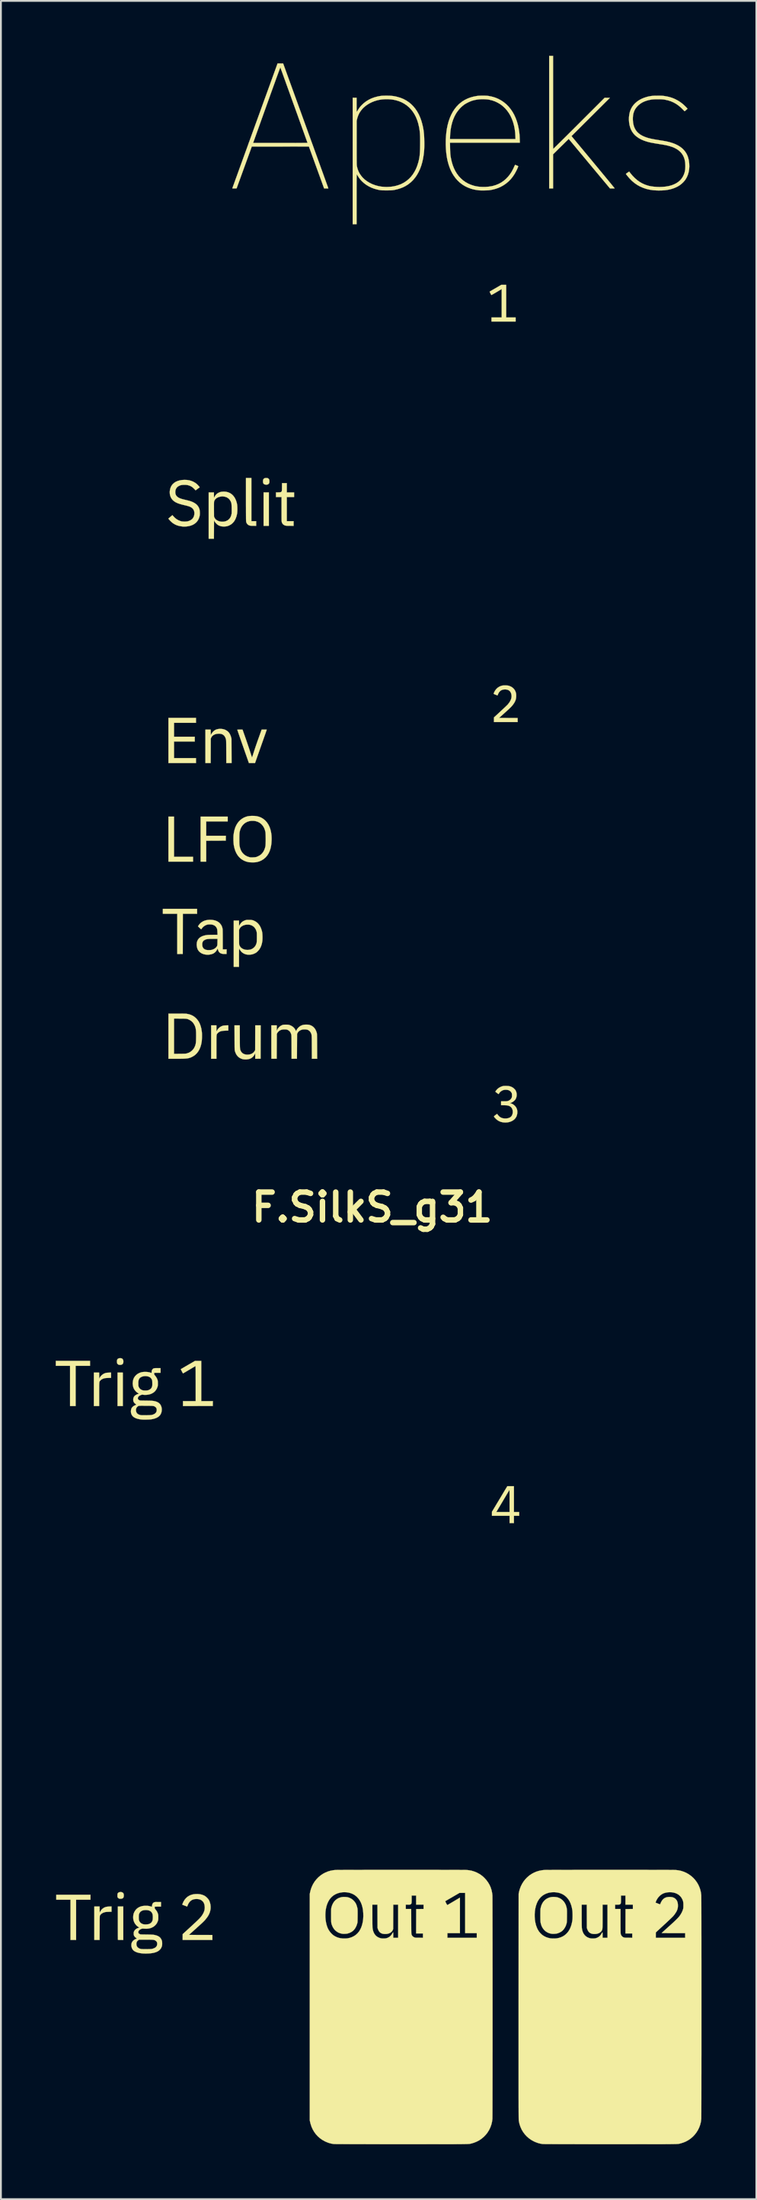
<source format=kicad_pcb>
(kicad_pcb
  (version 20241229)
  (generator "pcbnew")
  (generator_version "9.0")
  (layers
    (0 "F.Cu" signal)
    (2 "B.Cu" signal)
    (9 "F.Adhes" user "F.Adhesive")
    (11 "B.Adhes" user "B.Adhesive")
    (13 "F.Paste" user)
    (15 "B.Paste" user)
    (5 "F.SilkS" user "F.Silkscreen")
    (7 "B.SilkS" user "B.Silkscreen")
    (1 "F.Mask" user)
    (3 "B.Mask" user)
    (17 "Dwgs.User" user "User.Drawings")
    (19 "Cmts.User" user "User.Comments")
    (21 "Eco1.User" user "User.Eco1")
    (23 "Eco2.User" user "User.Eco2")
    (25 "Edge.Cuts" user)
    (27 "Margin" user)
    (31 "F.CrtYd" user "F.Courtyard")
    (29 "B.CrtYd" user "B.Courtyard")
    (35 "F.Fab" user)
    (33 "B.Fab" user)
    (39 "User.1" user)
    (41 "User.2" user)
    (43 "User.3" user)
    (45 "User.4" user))
  (footprint "F.SilkS_g31"
    (layer "F.Cu")
    (at 17.319 63.005)
    (property "Reference" "F.SilkS_g31" (at 0 0 0) (layer "F.SilkS") (effects (font (size 1.524 1.524) (thickness 0.3))))
    (attr through_hole)
    (fp_poly (pts (xy -13.648 10.871) (xy -13.936 10.871) (xy -13.936 9.042) (xy -13.648 9.042) (xy -13.648 10.871)) (stroke (width 0.01) (type solid)) (fill yes) (layer "F.SilkS"))
    (fp_poly (pts (xy -5.656 -37.287) (xy -5.944 -37.287) (xy -5.944 -39.116) (xy -5.656 -39.116) (xy -5.656 -37.287)) (stroke (width 0.01) (type solid)) (fill yes) (layer "F.SilkS"))
    (fp_poly (pts (xy -10.846 -19.177) (xy -9.804 -19.177) (xy -9.804 -18.915) (xy -11.151 -18.915) (xy -11.151 -21.378) (xy -10.846 -21.378) (xy -10.846 -19.177)) (stroke (width 0.01) (type solid)) (fill yes) (layer "F.SilkS"))
    (fp_poly (pts (xy -15.443 8.67) (xy -16.231 8.67) (xy -16.231 10.871) (xy -16.535 10.871) (xy -16.535 8.67) (xy -17.314 8.67) (xy -17.314 8.399) (xy -15.443 8.399) (xy -15.443 8.67)) (stroke (width 0.01) (type solid)) (fill yes) (layer "F.SilkS"))
    (fp_poly (pts (xy -15.418 37.88) (xy -16.205 37.88) (xy -16.205 40.081) (xy -16.51 40.081) (xy -16.51 37.88) (xy -17.289 37.88) (xy -17.289 37.609) (xy -15.418 37.609) (xy -15.418 37.88)) (stroke (width 0.01) (type solid)) (fill yes) (layer "F.SilkS"))
    (fp_poly (pts (xy -9.584 -16.061) (xy -10.363 -16.061) (xy -10.365 -14.963) (xy -10.367 -13.864) (xy -10.518 -13.862) (xy -10.668 -13.86) (xy -10.668 -16.061) (xy -11.455 -16.061) (xy -11.455 -16.332) (xy -9.584 -16.332) (xy -9.584 -16.061)) (stroke (width 0.01) (type solid)) (fill yes) (layer "F.SilkS"))
    (fp_poly (pts (xy -9.644 -26.509) (xy -10.846 -26.509) (xy -10.846 -25.747) (xy -9.711 -25.747) (xy -9.711 -25.485) (xy -10.846 -25.485) (xy -10.846 -24.579) (xy -9.644 -24.579) (xy -9.644 -24.308) (xy -11.151 -24.308) (xy -11.151 -26.78) (xy -9.644 -26.78) (xy -9.644 -26.509)) (stroke (width 0.01) (type solid)) (fill yes) (layer "F.SilkS"))
    (fp_poly (pts (xy -7.908 -21.116) (xy -9.085 -21.116) (xy -9.085 -20.328) (xy -8.009 -20.328) (xy -8.011 -20.195) (xy -8.014 -20.062) (xy -8.549 -20.06) (xy -9.085 -20.057) (xy -9.085 -18.915) (xy -9.39 -18.915) (xy -9.39 -21.378) (xy -7.908 -21.378) (xy -7.908 -21.116)) (stroke (width 0.01) (type solid)) (fill yes) (layer "F.SilkS"))
    (fp_poly (pts (xy -13.623 40.081) (xy -13.765 40.081) (xy -13.813 40.081) (xy -13.854 40.08) (xy -13.887 40.079) (xy -13.908 40.077) (xy -13.914 40.076) (xy -13.914 40.066) (xy -13.915 40.042) (xy -13.916 40.002) (xy -13.916 39.949) (xy -13.917 39.883) (xy -13.918 39.806) (xy -13.918 39.718) (xy -13.918 39.622) (xy -13.919 39.517) (xy -13.919 39.405) (xy -13.919 39.287) (xy -13.919 39.165) (xy -13.919 38.252) (xy -13.623 38.252) (xy -13.623 40.081)) (stroke (width 0.01) (type solid)) (fill yes) (layer "F.SilkS"))
    (fp_poly (pts (xy -13.737 8.257) (xy -13.697 8.27) (xy -13.682 8.279) (xy -13.648 8.315) (xy -13.626 8.361) (xy -13.616 8.418) (xy -13.619 8.479) (xy -13.632 8.531) (xy -13.657 8.571) (xy -13.694 8.598) (xy -13.744 8.615) (xy -13.796 8.619) (xy -13.838 8.617) (xy -13.87 8.61) (xy -13.894 8.6) (xy -13.927 8.577) (xy -13.95 8.547) (xy -13.964 8.506) (xy -13.97 8.452) (xy -13.97 8.434) (xy -13.967 8.382) (xy -13.959 8.342) (xy -13.942 8.311) (xy -13.918 8.286) (xy -13.915 8.284) (xy -13.879 8.265) (xy -13.834 8.254) (xy -13.785 8.252) (xy -13.737 8.257)) (stroke (width 0.01) (type solid)) (fill yes) (layer "F.SilkS"))
    (fp_poly (pts (xy -5.748 -39.9) (xy -5.705 -39.888) (xy -5.673 -39.867) (xy -5.647 -39.834) (xy -5.641 -39.823) (xy -5.634 -39.801) (xy -5.629 -39.767) (xy -5.626 -39.728) (xy -5.626 -39.689) (xy -5.629 -39.655) (xy -5.632 -39.639) (xy -5.648 -39.607) (xy -5.675 -39.577) (xy -5.707 -39.555) (xy -5.713 -39.552) (xy -5.751 -39.542) (xy -5.798 -39.539) (xy -5.846 -39.543) (xy -5.888 -39.553) (xy -5.902 -39.558) (xy -5.935 -39.582) (xy -5.959 -39.613) (xy -5.972 -39.656) (xy -5.977 -39.711) (xy -5.977 -39.721) (xy -5.973 -39.782) (xy -5.958 -39.83) (xy -5.932 -39.865) (xy -5.894 -39.889) (xy -5.844 -39.901) (xy -5.803 -39.903) (xy -5.748 -39.9)) (stroke (width 0.01) (type solid)) (fill yes) (layer "F.SilkS"))
    (fp_poly (pts (xy -6.612 -37.541) (xy -6.35 -37.541) (xy -6.35 -37.287) (xy -6.496 -37.288) (xy -6.547 -37.289) (xy -6.595 -37.29) (xy -6.635 -37.292) (xy -6.665 -37.294) (xy -6.678 -37.296) (xy -6.746 -37.317) (xy -6.802 -37.351) (xy -6.847 -37.397) (xy -6.88 -37.454) (xy -6.897 -37.506) (xy -6.899 -37.516) (xy -6.9 -37.531) (xy -6.902 -37.553) (xy -6.903 -37.581) (xy -6.904 -37.618) (xy -6.905 -37.663) (xy -6.906 -37.717) (xy -6.906 -37.781) (xy -6.907 -37.857) (xy -6.907 -37.944) (xy -6.908 -38.043) (xy -6.908 -38.155) (xy -6.908 -38.282) (xy -6.909 -38.423) (xy -6.909 -38.58) (xy -6.909 -38.729) (xy -6.909 -39.903) (xy -6.612 -39.903) (xy -6.612 -37.541)) (stroke (width 0.01) (type solid)) (fill yes) (layer "F.SilkS"))
    (fp_poly (pts (xy -13.706 37.468) (xy -13.662 37.487) (xy -13.627 37.516) (xy -13.611 37.54) (xy -13.6 37.575) (xy -13.594 37.619) (xy -13.594 37.666) (xy -13.6 37.712) (xy -13.611 37.75) (xy -13.621 37.77) (xy -13.652 37.799) (xy -13.696 37.819) (xy -13.749 37.828) (xy -13.771 37.829) (xy -13.813 37.827) (xy -13.845 37.82) (xy -13.869 37.81) (xy -13.907 37.782) (xy -13.926 37.757) (xy -13.935 37.74) (xy -13.94 37.722) (xy -13.943 37.7) (xy -13.943 37.669) (xy -13.943 37.637) (xy -13.941 37.595) (xy -13.938 37.566) (xy -13.933 37.547) (xy -13.926 37.532) (xy -13.923 37.528) (xy -13.895 37.497) (xy -13.861 37.477) (xy -13.817 37.465) (xy -13.815 37.465) (xy -13.759 37.46) (xy -13.706 37.468)) (stroke (width 0.01) (type solid)) (fill yes) (layer "F.SilkS"))
    (fp_poly (pts (xy 7.332 -48.683) (xy 7.849 -48.683) (xy 7.849 -48.463) (xy 6.528 -48.463) (xy 6.528 -48.683) (xy 7.087 -48.683) (xy 7.087 -50.241) (xy 7.025 -50.205) (xy 7.002 -50.191) (xy 6.967 -50.17) (xy 6.922 -50.143) (xy 6.87 -50.112) (xy 6.813 -50.079) (xy 6.755 -50.044) (xy 6.745 -50.038) (xy 6.689 -50.005) (xy 6.637 -49.976) (xy 6.593 -49.951) (xy 6.558 -49.932) (xy 6.533 -49.92) (xy 6.521 -49.916) (xy 6.52 -49.916) (xy 6.512 -49.928) (xy 6.499 -49.95) (xy 6.484 -49.979) (xy 6.467 -50.011) (xy 6.451 -50.042) (xy 6.438 -50.07) (xy 6.429 -50.09) (xy 6.426 -50.099) (xy 6.426 -50.099) (xy 6.434 -50.104) (xy 6.455 -50.117) (xy 6.488 -50.136) (xy 6.531 -50.161) (xy 6.582 -50.191) (xy 6.641 -50.225) (xy 6.705 -50.262) (xy 6.747 -50.286) (xy 7.063 -50.47) (xy 7.332 -50.47) (xy 7.332 -48.683)) (stroke (width 0.01) (type solid)) (fill yes) (layer "F.SilkS"))
    (fp_poly (pts (xy -14.292 9.328) (xy -14.446 9.333) (xy -14.52 9.336) (xy -14.58 9.34) (xy -14.63 9.347) (xy -14.673 9.356) (xy -14.713 9.369) (xy -14.754 9.386) (xy -14.771 9.394) (xy -14.828 9.428) (xy -14.874 9.47) (xy -14.887 9.483) (xy -14.897 9.495) (xy -14.907 9.507) (xy -14.915 9.519) (xy -14.922 9.534) (xy -14.927 9.552) (xy -14.932 9.574) (xy -14.936 9.603) (xy -14.938 9.637) (xy -14.94 9.68) (xy -14.942 9.733) (xy -14.943 9.795) (xy -14.943 9.87) (xy -14.944 9.957) (xy -14.944 10.058) (xy -14.944 10.174) (xy -14.944 10.233) (xy -14.944 10.871) (xy -15.232 10.871) (xy -15.232 9.042) (xy -14.944 9.042) (xy -14.942 9.21) (xy -14.939 9.377) (xy -14.913 9.326) (xy -14.862 9.247) (xy -14.8 9.18) (xy -14.726 9.124) (xy -14.643 9.083) (xy -14.611 9.071) (xy -14.579 9.062) (xy -14.549 9.055) (xy -14.516 9.05) (xy -14.476 9.047) (xy -14.424 9.045) (xy -14.417 9.044) (xy -14.292 9.04) (xy -14.292 9.328)) (stroke (width 0.01) (type solid)) (fill yes) (layer "F.SilkS"))
    (fp_poly (pts (xy -14.266 38.538) (xy -14.421 38.543) (xy -14.486 38.545) (xy -14.537 38.548) (xy -14.579 38.552) (xy -14.614 38.558) (xy -14.642 38.565) (xy -14.72 38.591) (xy -14.787 38.627) (xy -14.843 38.671) (xy -14.885 38.722) (xy -14.896 38.739) (xy -14.899 38.746) (xy -14.902 38.753) (xy -14.905 38.761) (xy -14.907 38.772) (xy -14.909 38.787) (xy -14.91 38.807) (xy -14.911 38.834) (xy -14.912 38.867) (xy -14.913 38.91) (xy -14.914 38.962) (xy -14.915 39.025) (xy -14.915 39.1) (xy -14.915 39.188) (xy -14.916 39.291) (xy -14.916 39.409) (xy -14.916 39.427) (xy -14.919 40.081) (xy -15.206 40.081) (xy -15.206 38.252) (xy -14.919 38.252) (xy -14.916 38.42) (xy -14.914 38.587) (xy -14.88 38.523) (xy -14.844 38.467) (xy -14.799 38.413) (xy -14.748 38.366) (xy -14.696 38.329) (xy -14.685 38.323) (xy -14.634 38.298) (xy -14.584 38.28) (xy -14.533 38.267) (xy -14.475 38.26) (xy -14.405 38.255) (xy -14.391 38.254) (xy -14.266 38.25) (xy -14.266 38.538)) (stroke (width 0.01) (type solid)) (fill yes) (layer "F.SilkS"))
    (fp_poly (pts (xy -7.874 -9.671) (xy -8.029 -9.667) (xy -8.125 -9.662) (xy -8.208 -9.652) (xy -8.278 -9.637) (xy -8.338 -9.615) (xy -8.389 -9.587) (xy -8.434 -9.552) (xy -8.458 -9.527) (xy -8.471 -9.514) (xy -8.481 -9.502) (xy -8.49 -9.491) (xy -8.498 -9.478) (xy -8.505 -9.463) (xy -8.51 -9.444) (xy -8.515 -9.421) (xy -8.518 -9.392) (xy -8.521 -9.356) (xy -8.523 -9.312) (xy -8.524 -9.258) (xy -8.525 -9.194) (xy -8.526 -9.118) (xy -8.526 -9.029) (xy -8.526 -8.926) (xy -8.526 -8.808) (xy -8.526 -8.761) (xy -8.526 -8.128) (xy -8.814 -8.128) (xy -8.814 -9.957) (xy -8.526 -9.957) (xy -8.526 -9.792) (xy -8.526 -9.741) (xy -8.525 -9.697) (xy -8.523 -9.661) (xy -8.522 -9.637) (xy -8.52 -9.627) (xy -8.52 -9.627) (xy -8.513 -9.634) (xy -8.502 -9.653) (xy -8.49 -9.676) (xy -8.446 -9.749) (xy -8.388 -9.813) (xy -8.319 -9.868) (xy -8.24 -9.911) (xy -8.193 -9.928) (xy -8.162 -9.938) (xy -8.133 -9.945) (xy -8.101 -9.949) (xy -8.062 -9.952) (xy -8.012 -9.954) (xy -7.999 -9.955) (xy -7.874 -9.959) (xy -7.874 -9.671)) (stroke (width 0.01) (type solid)) (fill yes) (layer "F.SilkS"))
    (fp_poly (pts (xy 7.755 16.671) (xy 8.043 16.671) (xy 8.043 16.874) (xy 7.755 16.874) (xy 7.755 17.272) (xy 7.518 17.272) (xy 7.518 16.874) (xy 6.553 16.874) (xy 6.553 16.671) (xy 6.788 16.671) (xy 7.518 16.671) (xy 7.518 16.059) (xy 7.518 15.941) (xy 7.518 15.839) (xy 7.518 15.751) (xy 7.518 15.677) (xy 7.517 15.617) (xy 7.516 15.568) (xy 7.515 15.529) (xy 7.514 15.501) (xy 7.513 15.481) (xy 7.511 15.469) (xy 7.51 15.464) (xy 7.507 15.464) (xy 7.507 15.465) (xy 7.501 15.474) (xy 7.487 15.498) (xy 7.466 15.533) (xy 7.438 15.58) (xy 7.404 15.636) (xy 7.365 15.702) (xy 7.322 15.775) (xy 7.274 15.855) (xy 7.224 15.94) (xy 7.171 16.03) (xy 7.154 16.057) (xy 7.101 16.148) (xy 7.049 16.235) (xy 7.001 16.316) (xy 6.956 16.392) (xy 6.915 16.46) (xy 6.88 16.52) (xy 6.85 16.57) (xy 6.827 16.609) (xy 6.81 16.636) (xy 6.802 16.65) (xy 6.801 16.652) (xy 6.788 16.671) (xy 6.553 16.671) (xy 6.553 16.658) (xy 6.974 15.958) (xy 7.394 15.257) (xy 7.755 15.257) (xy 7.755 16.671)) (stroke (width 0.01) (type solid)) (fill yes) (layer "F.SilkS"))
    (fp_poly (pts (xy -4.674 -39.116) (xy -4.276 -39.116) (xy -4.276 -38.862) (xy -4.674 -38.862) (xy -4.674 -37.541) (xy -4.301 -37.541) (xy -4.301 -37.287) (xy -4.502 -37.288) (xy -4.58 -37.289) (xy -4.645 -37.29) (xy -4.696 -37.293) (xy -4.732 -37.297) (xy -4.746 -37.299) (xy -4.812 -37.323) (xy -4.867 -37.359) (xy -4.91 -37.407) (xy -4.94 -37.465) (xy -4.945 -37.48) (xy -4.948 -37.49) (xy -4.95 -37.501) (xy -4.953 -37.514) (xy -4.955 -37.53) (xy -4.956 -37.549) (xy -4.958 -37.574) (xy -4.959 -37.606) (xy -4.96 -37.645) (xy -4.96 -37.693) (xy -4.961 -37.751) (xy -4.961 -37.82) (xy -4.961 -37.902) (xy -4.961 -37.997) (xy -4.961 -38.107) (xy -4.961 -38.198) (xy -4.961 -38.862) (xy -5.266 -38.862) (xy -5.266 -39.114) (xy -5.141 -39.117) (xy -5.086 -39.119) (xy -5.044 -39.122) (xy -5.014 -39.127) (xy -4.992 -39.136) (xy -4.975 -39.148) (xy -4.961 -39.164) (xy -4.955 -39.173) (xy -4.951 -39.182) (xy -4.947 -39.194) (xy -4.944 -39.211) (xy -4.942 -39.236) (xy -4.94 -39.27) (xy -4.939 -39.316) (xy -4.938 -39.375) (xy -4.938 -39.41) (xy -4.935 -39.624) (xy -4.674 -39.624) (xy -4.674 -39.116)) (stroke (width 0.01) (type solid)) (fill yes) (layer "F.SilkS"))
    (fp_poly (pts (xy -8.211 -26.173) (xy -8.12 -26.154) (xy -8.036 -26.123) (xy -8.031 -26.12) (xy -7.952 -26.075) (xy -7.884 -26.02) (xy -7.827 -25.955) (xy -7.781 -25.877) (xy -7.743 -25.786) (xy -7.723 -25.724) (xy -7.701 -25.641) (xy -7.695 -24.308) (xy -7.983 -24.308) (xy -7.986 -24.932) (xy -7.987 -25.05) (xy -7.987 -25.152) (xy -7.988 -25.24) (xy -7.988 -25.315) (xy -7.989 -25.378) (xy -7.99 -25.43) (xy -7.991 -25.473) (xy -7.992 -25.507) (xy -7.993 -25.535) (xy -7.995 -25.557) (xy -7.997 -25.575) (xy -7.999 -25.59) (xy -8.002 -25.603) (xy -8.005 -25.616) (xy -8.007 -25.622) (xy -8.037 -25.705) (xy -8.076 -25.774) (xy -8.124 -25.828) (xy -8.182 -25.87) (xy -8.25 -25.898) (xy -8.33 -25.913) (xy -8.395 -25.916) (xy -8.485 -25.91) (xy -8.568 -25.892) (xy -8.642 -25.864) (xy -8.707 -25.826) (xy -8.76 -25.778) (xy -8.8 -25.722) (xy -8.815 -25.692) (xy -8.835 -25.641) (xy -8.837 -24.975) (xy -8.84 -24.308) (xy -9.127 -24.308) (xy -9.127 -26.137) (xy -8.84 -26.137) (xy -8.837 -25.986) (xy -8.835 -25.836) (xy -8.798 -25.904) (xy -8.755 -25.969) (xy -8.701 -26.031) (xy -8.699 -26.033) (xy -8.635 -26.088) (xy -8.564 -26.13) (xy -8.485 -26.158) (xy -8.398 -26.174) (xy -8.312 -26.179) (xy -8.211 -26.173)) (stroke (width 0.01) (type solid)) (fill yes) (layer "F.SilkS"))
    (fp_poly (pts (xy -9.356 10.6) (xy -8.72 10.6) (xy -8.723 10.734) (xy -8.725 10.867) (xy -9.54 10.869) (xy -10.355 10.871) (xy -10.355 10.6) (xy -9.66 10.6) (xy -9.66 9.639) (xy -9.66 9.491) (xy -9.661 9.359) (xy -9.661 9.242) (xy -9.661 9.139) (xy -9.661 9.05) (xy -9.661 8.973) (xy -9.662 8.907) (xy -9.662 8.852) (xy -9.663 8.807) (xy -9.664 8.77) (xy -9.664 8.742) (xy -9.666 8.72) (xy -9.667 8.705) (xy -9.668 8.694) (xy -9.67 8.688) (xy -9.672 8.686) (xy -9.674 8.685) (xy -9.675 8.686) (xy -9.685 8.692) (xy -9.709 8.705) (xy -9.743 8.726) (xy -9.788 8.752) (xy -9.841 8.783) (xy -9.901 8.819) (xy -9.966 8.858) (xy -10.019 8.889) (xy -10.087 8.929) (xy -10.15 8.967) (xy -10.208 9.001) (xy -10.258 9.03) (xy -10.299 9.054) (xy -10.329 9.071) (xy -10.348 9.082) (xy -10.354 9.085) (xy -10.359 9.078) (xy -10.371 9.059) (xy -10.386 9.031) (xy -10.404 8.997) (xy -10.423 8.961) (xy -10.441 8.926) (xy -10.456 8.895) (xy -10.468 8.87) (xy -10.473 8.856) (xy -10.473 8.854) (xy -10.465 8.849) (xy -10.444 8.836) (xy -10.411 8.817) (xy -10.367 8.791) (xy -10.314 8.761) (xy -10.254 8.725) (xy -10.187 8.686) (xy -10.114 8.644) (xy -10.081 8.624) (xy -9.692 8.399) (xy -9.356 8.399) (xy -9.356 10.6)) (stroke (width 0.01) (type solid)) (fill yes) (layer "F.SilkS"))
    (fp_poly (pts (xy -7.088 -26.113) (xy -7.018 -25.913) (xy -6.952 -25.727) (xy -6.892 -25.554) (xy -6.838 -25.396) (xy -6.789 -25.252) (xy -6.745 -25.123) (xy -6.708 -25.009) (xy -6.683 -24.932) (xy -6.661 -24.863) (xy -6.64 -24.799) (xy -6.622 -24.742) (xy -6.606 -24.693) (xy -6.593 -24.656) (xy -6.584 -24.63) (xy -6.579 -24.618) (xy -6.579 -24.618) (xy -6.574 -24.623) (xy -6.565 -24.641) (xy -6.554 -24.669) (xy -6.542 -24.706) (xy -6.542 -24.707) (xy -6.5 -24.839) (xy -6.461 -24.961) (xy -6.423 -25.077) (xy -6.385 -25.191) (xy -6.346 -25.306) (xy -6.304 -25.426) (xy -6.259 -25.555) (xy -6.21 -25.69) (xy -6.05 -26.137) (xy -5.772 -26.137) (xy -5.777 -26.118) (xy -5.781 -26.107) (xy -5.789 -26.082) (xy -5.803 -26.043) (xy -5.821 -25.991) (xy -5.843 -25.927) (xy -5.869 -25.852) (xy -5.899 -25.768) (xy -5.932 -25.675) (xy -5.967 -25.574) (xy -6.005 -25.467) (xy -6.045 -25.354) (xy -6.086 -25.236) (xy -6.098 -25.203) (xy -6.413 -24.308) (xy -6.746 -24.308) (xy -6.763 -24.356) (xy -6.773 -24.384) (xy -6.788 -24.425) (xy -6.806 -24.477) (xy -6.828 -24.54) (xy -6.854 -24.613) (xy -6.882 -24.693) (xy -6.913 -24.781) (xy -6.946 -24.874) (xy -6.98 -24.972) (xy -7.015 -25.073) (xy -7.051 -25.176) (xy -7.087 -25.279) (xy -7.123 -25.382) (xy -7.159 -25.484) (xy -7.193 -25.582) (xy -7.226 -25.676) (xy -7.257 -25.765) (xy -7.285 -25.847) (xy -7.311 -25.921) (xy -7.333 -25.985) (xy -7.352 -26.04) (xy -7.367 -26.082) (xy -7.377 -26.112) (xy -7.382 -26.127) (xy -7.383 -26.129) (xy -7.375 -26.132) (xy -7.353 -26.134) (xy -7.319 -26.135) (xy -7.277 -26.136) (xy -7.24 -26.137) (xy -7.097 -26.137) (xy -7.088 -26.113)) (stroke (width 0.01) (type solid)) (fill yes) (layer "F.SilkS"))
    (fp_poly (pts (xy -7.245 -9.328) (xy -7.245 -9.207) (xy -7.244 -9.101) (xy -7.244 -9.009) (xy -7.243 -8.931) (xy -7.242 -8.865) (xy -7.241 -8.809) (xy -7.239 -8.762) (xy -7.237 -8.724) (xy -7.234 -8.692) (xy -7.231 -8.665) (xy -7.227 -8.643) (xy -7.222 -8.624) (xy -7.216 -8.606) (xy -7.209 -8.589) (xy -7.2 -8.571) (xy -7.192 -8.553) (xy -7.156 -8.493) (xy -7.107 -8.442) (xy -7.047 -8.402) (xy -6.978 -8.374) (xy -6.901 -8.357) (xy -6.818 -8.353) (xy -6.731 -8.361) (xy -6.668 -8.375) (xy -6.599 -8.401) (xy -6.536 -8.439) (xy -6.482 -8.486) (xy -6.44 -8.541) (xy -6.432 -8.555) (xy -6.405 -8.606) (xy -6.403 -9.282) (xy -6.4 -9.957) (xy -6.104 -9.957) (xy -6.107 -9.045) (xy -6.109 -8.132) (xy -6.255 -8.13) (xy -6.401 -8.128) (xy -6.401 -8.278) (xy -6.401 -8.429) (xy -6.429 -8.377) (xy -6.477 -8.298) (xy -6.53 -8.235) (xy -6.589 -8.184) (xy -6.649 -8.148) (xy -6.71 -8.123) (xy -6.783 -8.105) (xy -6.862 -8.094) (xy -6.942 -8.091) (xy -7.006 -8.095) (xy -7.063 -8.103) (xy -7.11 -8.114) (xy -7.156 -8.13) (xy -7.208 -8.153) (xy -7.213 -8.155) (xy -7.29 -8.201) (xy -7.358 -8.261) (xy -7.416 -8.334) (xy -7.454 -8.399) (xy -7.473 -8.442) (xy -7.492 -8.489) (xy -7.507 -8.532) (xy -7.512 -8.547) (xy -7.515 -8.56) (xy -7.518 -8.572) (xy -7.521 -8.585) (xy -7.523 -8.601) (xy -7.525 -8.62) (xy -7.527 -8.643) (xy -7.528 -8.672) (xy -7.529 -8.708) (xy -7.53 -8.752) (xy -7.531 -8.806) (xy -7.531 -8.87) (xy -7.532 -8.946) (xy -7.532 -9.035) (xy -7.533 -9.139) (xy -7.533 -9.258) (xy -7.533 -9.286) (xy -7.536 -9.957) (xy -7.248 -9.957) (xy -7.245 -9.328)) (stroke (width 0.01) (type solid)) (fill yes) (layer "F.SilkS"))
    (fp_poly (pts (xy 9.974 37.729) (xy 10.044 37.735) (xy 10.106 37.744) (xy 10.142 37.752) (xy 10.243 37.79) (xy 10.334 37.841) (xy 10.416 37.906) (xy 10.487 37.983) (xy 10.547 38.071) (xy 10.595 38.17) (xy 10.63 38.28) (xy 10.647 38.359) (xy 10.65 38.383) (xy 10.653 38.409) (xy 10.656 38.438) (xy 10.657 38.472) (xy 10.658 38.513) (xy 10.659 38.563) (xy 10.659 38.625) (xy 10.658 38.699) (xy 10.658 38.778) (xy 10.657 38.862) (xy 10.656 38.931) (xy 10.655 38.987) (xy 10.654 39.032) (xy 10.652 39.068) (xy 10.65 39.097) (xy 10.648 39.121) (xy 10.645 39.141) (xy 10.641 39.16) (xy 10.636 39.18) (xy 10.632 39.196) (xy 10.595 39.305) (xy 10.546 39.405) (xy 10.486 39.494) (xy 10.415 39.571) (xy 10.395 39.589) (xy 10.343 39.627) (xy 10.279 39.664) (xy 10.211 39.696) (xy 10.143 39.72) (xy 10.122 39.726) (xy 10.071 39.736) (xy 10.01 39.743) (xy 9.945 39.747) (xy 9.882 39.748) (xy 9.827 39.745) (xy 9.809 39.742) (xy 9.702 39.718) (xy 9.604 39.678) (xy 9.515 39.626) (xy 9.435 39.56) (xy 9.366 39.482) (xy 9.307 39.393) (xy 9.261 39.293) (xy 9.228 39.184) (xy 9.216 39.128) (xy 9.213 39.104) (xy 9.21 39.074) (xy 9.207 39.037) (xy 9.206 38.992) (xy 9.204 38.937) (xy 9.204 38.869) (xy 9.203 38.787) (xy 9.203 38.733) (xy 9.203 38.649) (xy 9.204 38.58) (xy 9.204 38.523) (xy 9.205 38.477) (xy 9.206 38.44) (xy 9.208 38.41) (xy 9.211 38.384) (xy 9.214 38.36) (xy 9.218 38.337) (xy 9.221 38.326) (xy 9.252 38.211) (xy 9.295 38.107) (xy 9.35 38.014) (xy 9.416 37.933) (xy 9.493 37.865) (xy 9.581 37.809) (xy 9.679 37.767) (xy 9.778 37.74) (xy 9.836 37.732) (xy 9.903 37.728) (xy 9.974 37.729)) (stroke (width 0.01) (type solid)) (fill yes) (layer "F.SilkS"))
    (fp_poly (pts (xy -1.479 37.73) (xy -1.409 37.735) (xy -1.346 37.745) (xy -1.313 37.753) (xy -1.213 37.79) (xy -1.12 37.842) (xy -1.037 37.908) (xy -0.964 37.987) (xy -0.903 38.076) (xy -0.899 38.083) (xy -0.877 38.128) (xy -0.855 38.185) (xy -0.835 38.248) (xy -0.818 38.311) (xy -0.806 38.369) (xy -0.804 38.384) (xy -0.801 38.418) (xy -0.799 38.467) (xy -0.797 38.531) (xy -0.797 38.611) (xy -0.797 38.707) (xy -0.798 38.786) (xy -0.799 38.869) (xy -0.8 38.937) (xy -0.801 38.992) (xy -0.802 39.036) (xy -0.803 39.072) (xy -0.805 39.1) (xy -0.808 39.124) (xy -0.811 39.144) (xy -0.815 39.164) (xy -0.821 39.184) (xy -0.824 39.196) (xy -0.853 39.285) (xy -0.891 39.37) (xy -0.937 39.45) (xy -0.989 39.52) (xy -1.044 39.577) (xy -1.054 39.585) (xy -1.142 39.647) (xy -1.24 39.696) (xy -1.344 39.729) (xy -1.346 39.73) (xy -1.387 39.737) (xy -1.439 39.743) (xy -1.496 39.746) (xy -1.554 39.747) (xy -1.605 39.746) (xy -1.644 39.742) (xy -1.752 39.717) (xy -1.851 39.678) (xy -1.941 39.624) (xy -2.022 39.558) (xy -2.092 39.48) (xy -2.149 39.391) (xy -2.185 39.315) (xy -2.199 39.279) (xy -2.211 39.248) (xy -2.221 39.22) (xy -2.229 39.192) (xy -2.235 39.163) (xy -2.239 39.131) (xy -2.243 39.094) (xy -2.245 39.05) (xy -2.246 38.997) (xy -2.247 38.933) (xy -2.248 38.857) (xy -2.248 38.766) (xy -2.248 38.743) (xy -2.248 38.653) (xy -2.248 38.578) (xy -2.247 38.517) (xy -2.247 38.467) (xy -2.246 38.427) (xy -2.245 38.395) (xy -2.243 38.369) (xy -2.24 38.348) (xy -2.237 38.329) (xy -2.234 38.312) (xy -2.229 38.294) (xy -2.229 38.292) (xy -2.192 38.178) (xy -2.144 38.076) (xy -2.085 37.987) (xy -2.015 37.909) (xy -1.934 37.845) (xy -1.842 37.793) (xy -1.741 37.756) (xy -1.677 37.74) (xy -1.619 37.732) (xy -1.551 37.728) (xy -1.479 37.73)) (stroke (width 0.01) (type solid)) (fill yes) (layer "F.SilkS"))
    (fp_poly (pts (xy 7.332 -28.553) (xy 7.374 -28.552) (xy 7.407 -28.549) (xy 7.436 -28.545) (xy 7.464 -28.539) (xy 7.48 -28.534) (xy 7.573 -28.499) (xy 7.656 -28.452) (xy 7.727 -28.393) (xy 7.786 -28.324) (xy 7.831 -28.244) (xy 7.863 -28.155) (xy 7.871 -28.122) (xy 7.879 -28.061) (xy 7.881 -27.99) (xy 7.878 -27.917) (xy 7.87 -27.847) (xy 7.857 -27.788) (xy 7.822 -27.692) (xy 7.77 -27.595) (xy 7.703 -27.498) (xy 7.619 -27.399) (xy 7.584 -27.363) (xy 7.561 -27.34) (xy 7.527 -27.308) (xy 7.484 -27.267) (xy 7.433 -27.22) (xy 7.377 -27.169) (xy 7.317 -27.114) (xy 7.256 -27.059) (xy 7.223 -27.029) (xy 6.941 -26.776) (xy 7.45 -26.774) (xy 7.959 -26.771) (xy 7.959 -26.551) (xy 6.663 -26.551) (xy 6.663 -26.804) (xy 7.021 -27.133) (xy 7.088 -27.196) (xy 7.154 -27.257) (xy 7.215 -27.314) (xy 7.272 -27.368) (xy 7.322 -27.416) (xy 7.364 -27.457) (xy 7.398 -27.49) (xy 7.421 -27.514) (xy 7.429 -27.524) (xy 7.5 -27.616) (xy 7.555 -27.705) (xy 7.594 -27.79) (xy 7.618 -27.873) (xy 7.627 -27.956) (xy 7.625 -28.01) (xy 7.61 -28.094) (xy 7.583 -28.166) (xy 7.546 -28.226) (xy 7.496 -28.273) (xy 7.436 -28.307) (xy 7.364 -28.329) (xy 7.282 -28.338) (xy 7.268 -28.338) (xy 7.182 -28.331) (xy 7.105 -28.31) (xy 7.038 -28.276) (xy 6.98 -28.227) (xy 6.931 -28.163) (xy 6.9 -28.106) (xy 6.885 -28.073) (xy 6.874 -28.045) (xy 6.867 -28.026) (xy 6.866 -28.021) (xy 6.864 -28.009) (xy 6.861 -28.008) (xy 6.851 -28.011) (xy 6.829 -28.019) (xy 6.797 -28.03) (xy 6.759 -28.045) (xy 6.751 -28.048) (xy 6.701 -28.068) (xy 6.667 -28.084) (xy 6.649 -28.096) (xy 6.647 -28.101) (xy 6.651 -28.12) (xy 6.662 -28.15) (xy 6.679 -28.186) (xy 6.699 -28.225) (xy 6.72 -28.263) (xy 6.735 -28.286) (xy 6.797 -28.365) (xy 6.871 -28.432) (xy 6.955 -28.486) (xy 7.047 -28.526) (xy 7.074 -28.534) (xy 7.103 -28.542) (xy 7.131 -28.547) (xy 7.161 -28.551) (xy 7.198 -28.553) (xy 7.246 -28.553) (xy 7.277 -28.554) (xy 7.332 -28.553)) (stroke (width 0.01) (type solid)) (fill yes) (layer "F.SilkS"))
    (fp_poly (pts (xy 9.898 -60.456) (xy 9.898 -60.21) (xy 9.898 -59.979) (xy 9.898 -59.765) (xy 9.898 -59.565) (xy 9.898 -59.381) (xy 9.898 -59.211) (xy 9.898 -59.054) (xy 9.898 -58.91) (xy 9.898 -58.779) (xy 9.898 -58.659) (xy 9.899 -58.551) (xy 9.899 -58.454) (xy 9.899 -58.367) (xy 9.9 -58.29) (xy 9.9 -58.222) (xy 9.901 -58.162) (xy 9.901 -58.11) (xy 9.902 -58.066) (xy 9.902 -58.029) (xy 9.903 -57.998) (xy 9.904 -57.973) (xy 9.905 -57.953) (xy 9.906 -57.938) (xy 9.907 -57.927) (xy 9.908 -57.919) (xy 9.909 -57.915) (xy 9.911 -57.912) (xy 9.911 -57.912) (xy 9.919 -57.918) (xy 9.937 -57.935) (xy 9.967 -57.964) (xy 10.007 -58.002) (xy 10.056 -58.051) (xy 10.115 -58.109) (xy 10.183 -58.176) (xy 10.259 -58.251) (xy 10.343 -58.333) (xy 10.434 -58.424) (xy 10.532 -58.52) (xy 10.636 -58.623) (xy 10.745 -58.732) (xy 10.859 -58.846) (xy 10.978 -58.964) (xy 11.101 -59.087) (xy 11.228 -59.213) (xy 11.324 -59.309) (xy 12.722 -60.706) (xy 12.865 -60.704) (xy 13.007 -60.702) (xy 11.957 -59.656) (xy 10.906 -58.609) (xy 12.087 -57.185) (xy 12.199 -57.05) (xy 12.308 -56.918) (xy 12.414 -56.79) (xy 12.516 -56.667) (xy 12.614 -56.548) (xy 12.707 -56.436) (xy 12.794 -56.33) (xy 12.876 -56.231) (xy 12.951 -56.14) (xy 13.02 -56.057) (xy 13.081 -55.982) (xy 13.134 -55.917) (xy 13.179 -55.862) (xy 13.216 -55.817) (xy 13.243 -55.784) (xy 13.26 -55.762) (xy 13.267 -55.753) (xy 13.267 -55.753) (xy 13.259 -55.75) (xy 13.236 -55.747) (xy 13.2 -55.745) (xy 13.153 -55.745) (xy 13.141 -55.745) (xy 13.014 -55.745) (xy 11.886 -57.097) (xy 11.776 -57.229) (xy 11.67 -57.357) (xy 11.566 -57.481) (xy 11.466 -57.601) (xy 11.371 -57.715) (xy 11.281 -57.823) (xy 11.196 -57.925) (xy 11.117 -58.02) (xy 11.045 -58.107) (xy 10.979 -58.185) (xy 10.921 -58.255) (xy 10.871 -58.315) (xy 10.829 -58.365) (xy 10.796 -58.405) (xy 10.773 -58.433) (xy 10.759 -58.449) (xy 10.756 -58.453) (xy 10.75 -58.448) (xy 10.732 -58.431) (xy 10.705 -58.405) (xy 10.668 -58.37) (xy 10.623 -58.326) (xy 10.571 -58.275) (xy 10.513 -58.218) (xy 10.45 -58.156) (xy 10.382 -58.089) (xy 10.325 -58.034) (xy 9.898 -57.612) (xy 9.898 -55.745) (xy 9.686 -55.745) (xy 9.686 -63) (xy 9.898 -63) (xy 9.898 -60.456)) (stroke (width 0.01) (type solid)) (fill yes) (layer "F.SilkS"))
    (fp_poly (pts (xy -9.555 37.569) (xy -9.447 37.578) (xy -9.351 37.597) (xy -9.261 37.625) (xy -9.176 37.665) (xy -9.154 37.678) (xy -9.116 37.705) (xy -9.072 37.742) (xy -9.028 37.785) (xy -8.987 37.83) (xy -8.954 37.874) (xy -8.938 37.897) (xy -8.9 37.977) (xy -8.871 38.067) (xy -8.851 38.164) (xy -8.842 38.263) (xy -8.844 38.36) (xy -8.846 38.377) (xy -8.863 38.481) (xy -8.891 38.58) (xy -8.931 38.676) (xy -8.983 38.772) (xy -9.05 38.869) (xy -9.13 38.969) (xy -9.15 38.992) (xy -9.169 39.014) (xy -9.19 39.036) (xy -9.213 39.06) (xy -9.239 39.085) (xy -9.269 39.114) (xy -9.304 39.148) (xy -9.345 39.186) (xy -9.393 39.23) (xy -9.45 39.281) (xy -9.515 39.341) (xy -9.591 39.409) (xy -9.677 39.487) (xy -9.727 39.531) (xy -10.033 39.806) (xy -8.746 39.81) (xy -8.746 40.081) (xy -10.372 40.081) (xy -10.371 39.764) (xy -9.96 39.387) (xy -9.861 39.296) (xy -9.774 39.215) (xy -9.697 39.144) (xy -9.631 39.082) (xy -9.573 39.027) (xy -9.524 38.979) (xy -9.481 38.937) (xy -9.445 38.9) (xy -9.415 38.867) (xy -9.388 38.837) (xy -9.365 38.809) (xy -9.345 38.783) (xy -9.337 38.772) (xy -9.275 38.678) (xy -9.227 38.589) (xy -9.193 38.503) (xy -9.172 38.418) (xy -9.163 38.332) (xy -9.164 38.274) (xy -9.175 38.179) (xy -9.197 38.098) (xy -9.229 38.028) (xy -9.273 37.97) (xy -9.328 37.922) (xy -9.341 37.913) (xy -9.396 37.882) (xy -9.452 37.861) (xy -9.514 37.848) (xy -9.586 37.842) (xy -9.614 37.842) (xy -9.701 37.846) (xy -9.777 37.86) (xy -9.844 37.885) (xy -9.906 37.921) (xy -9.953 37.958) (xy -9.993 38) (xy -10.032 38.053) (xy -10.067 38.113) (xy -10.094 38.174) (xy -10.098 38.185) (xy -10.11 38.216) (xy -10.12 38.239) (xy -10.127 38.251) (xy -10.128 38.252) (xy -10.138 38.249) (xy -10.16 38.241) (xy -10.193 38.229) (xy -10.232 38.214) (xy -10.251 38.207) (xy -10.293 38.191) (xy -10.331 38.176) (xy -10.36 38.165) (xy -10.379 38.158) (xy -10.382 38.157) (xy -10.39 38.153) (xy -10.392 38.145) (xy -10.389 38.13) (xy -10.379 38.104) (xy -10.377 38.098) (xy -10.327 37.985) (xy -10.266 37.885) (xy -10.194 37.799) (xy -10.113 37.725) (xy -10.021 37.666) (xy -9.921 37.62) (xy -9.811 37.589) (xy -9.692 37.572) (xy -9.564 37.569) (xy -9.555 37.569)) (stroke (width 0.01) (type solid)) (fill yes) (layer "F.SilkS"))
    (fp_poly (pts (xy -10.585 -10.6) (xy -10.489 -10.6) (xy -10.402 -10.599) (xy -10.326 -10.598) (xy -10.263 -10.596) (xy -10.213 -10.595) (xy -10.178 -10.593) (xy -10.163 -10.591) (xy -10.036 -10.567) (xy -9.921 -10.53) (xy -9.815 -10.479) (xy -9.719 -10.415) (xy -9.631 -10.337) (xy -9.625 -10.331) (xy -9.55 -10.243) (xy -9.485 -10.145) (xy -9.431 -10.036) (xy -9.387 -9.915) (xy -9.353 -9.783) (xy -9.329 -9.637) (xy -9.321 -9.572) (xy -9.317 -9.515) (xy -9.315 -9.446) (xy -9.315 -9.37) (xy -9.316 -9.291) (xy -9.32 -9.213) (xy -9.324 -9.141) (xy -9.33 -9.078) (xy -9.334 -9.047) (xy -9.364 -8.898) (xy -9.405 -8.763) (xy -9.457 -8.64) (xy -9.52 -8.531) (xy -9.594 -8.434) (xy -9.679 -8.35) (xy -9.775 -8.279) (xy -9.882 -8.221) (xy -9.917 -8.205) (xy -9.956 -8.19) (xy -9.994 -8.177) (xy -10.034 -8.166) (xy -10.077 -8.157) (xy -10.125 -8.149) (xy -10.179 -8.143) (xy -10.24 -8.138) (xy -10.311 -8.134) (xy -10.392 -8.131) (xy -10.485 -8.13) (xy -10.592 -8.129) (xy -10.714 -8.128) (xy -10.742 -8.128) (xy -11.151 -8.128) (xy -11.151 -8.398) (xy -10.846 -8.398) (xy -10.526 -8.401) (xy -10.443 -8.402) (xy -10.375 -8.403) (xy -10.32 -8.404) (xy -10.276 -8.405) (xy -10.241 -8.407) (xy -10.213 -8.409) (xy -10.19 -8.412) (xy -10.17 -8.415) (xy -10.152 -8.419) (xy -10.139 -8.423) (xy -10.04 -8.458) (xy -9.949 -8.507) (xy -9.868 -8.569) (xy -9.799 -8.643) (xy -9.741 -8.727) (xy -9.698 -8.818) (xy -9.683 -8.858) (xy -9.671 -8.896) (xy -9.662 -8.934) (xy -9.654 -8.974) (xy -9.649 -9.019) (xy -9.644 -9.072) (xy -9.641 -9.134) (xy -9.639 -9.208) (xy -9.637 -9.296) (xy -9.637 -9.298) (xy -9.636 -9.411) (xy -9.637 -9.508) (xy -9.639 -9.593) (xy -9.644 -9.667) (xy -9.651 -9.731) (xy -9.661 -9.789) (xy -9.673 -9.841) (xy -9.689 -9.889) (xy -9.708 -9.937) (xy -9.716 -9.955) (xy -9.767 -10.048) (xy -9.829 -10.128) (xy -9.902 -10.195) (xy -9.985 -10.249) (xy -10.003 -10.258) (xy -10.036 -10.274) (xy -10.064 -10.287) (xy -10.09 -10.297) (xy -10.116 -10.306) (xy -10.145 -10.312) (xy -10.177 -10.317) (xy -10.215 -10.321) (xy -10.261 -10.323) (xy -10.317 -10.325) (xy -10.385 -10.326) (xy -10.467 -10.327) (xy -10.513 -10.327) (xy -10.846 -10.33) (xy -10.846 -8.398) (xy -11.151 -8.398) (xy -11.151 -10.6) (xy -10.69 -10.6) (xy -10.585 -10.6)) (stroke (width 0.01) (type solid)) (fill yes) (layer "F.SilkS"))
    (fp_poly (pts (xy -8.049 -39.154) (xy -7.989 -39.148) (xy -7.981 -39.146) (xy -7.877 -39.119) (xy -7.782 -39.077) (xy -7.696 -39.021) (xy -7.62 -38.951) (xy -7.553 -38.868) (xy -7.496 -38.772) (xy -7.449 -38.662) (xy -7.412 -38.541) (xy -7.394 -38.456) (xy -7.387 -38.405) (xy -7.383 -38.342) (xy -7.38 -38.27) (xy -7.379 -38.195) (xy -7.38 -38.12) (xy -7.384 -38.051) (xy -7.389 -37.99) (xy -7.394 -37.956) (xy -7.423 -37.824) (xy -7.463 -37.706) (xy -7.513 -37.6) (xy -7.574 -37.508) (xy -7.645 -37.43) (xy -7.726 -37.364) (xy -7.818 -37.312) (xy -7.825 -37.309) (xy -7.885 -37.284) (xy -7.942 -37.267) (xy -8.001 -37.256) (xy -8.068 -37.251) (xy -8.115 -37.25) (xy -8.184 -37.252) (xy -8.242 -37.257) (xy -8.294 -37.268) (xy -8.345 -37.286) (xy -8.399 -37.309) (xy -8.448 -37.338) (xy -8.5 -37.379) (xy -8.55 -37.428) (xy -8.594 -37.48) (xy -8.627 -37.532) (xy -8.628 -37.533) (xy -8.657 -37.588) (xy -8.662 -36.584) (xy -8.949 -36.584) (xy -8.949 -38.414) (xy -8.66 -38.414) (xy -8.66 -38.345) (xy -8.66 -38.262) (xy -8.66 -38.188) (xy -8.657 -37.791) (xy -8.634 -37.743) (xy -8.606 -37.69) (xy -8.574 -37.649) (xy -8.532 -37.613) (xy -8.509 -37.597) (xy -8.434 -37.556) (xy -8.351 -37.528) (xy -8.262 -37.513) (xy -8.172 -37.51) (xy -8.082 -37.521) (xy -8.021 -37.537) (xy -7.937 -37.573) (xy -7.865 -37.621) (xy -7.805 -37.682) (xy -7.757 -37.754) (xy -7.721 -37.838) (xy -7.697 -37.934) (xy -7.696 -37.941) (xy -7.692 -37.971) (xy -7.69 -38.014) (xy -7.689 -38.067) (xy -7.688 -38.127) (xy -7.689 -38.192) (xy -7.69 -38.258) (xy -7.691 -38.324) (xy -7.694 -38.385) (xy -7.697 -38.44) (xy -7.701 -38.485) (xy -7.705 -38.518) (xy -7.707 -38.532) (xy -7.742 -38.622) (xy -7.788 -38.7) (xy -7.845 -38.766) (xy -7.912 -38.818) (xy -7.989 -38.858) (xy -8.076 -38.883) (xy -8.17 -38.894) (xy -8.229 -38.894) (xy -8.317 -38.883) (xy -8.399 -38.862) (xy -8.473 -38.83) (xy -8.536 -38.788) (xy -8.588 -38.739) (xy -8.627 -38.682) (xy -8.649 -38.629) (xy -8.652 -38.616) (xy -8.655 -38.6) (xy -8.657 -38.579) (xy -8.658 -38.551) (xy -8.659 -38.516) (xy -8.66 -38.471) (xy -8.66 -38.414) (xy -8.949 -38.414) (xy -8.949 -39.116) (xy -8.661 -39.116) (xy -8.661 -38.966) (xy -8.661 -38.815) (xy -8.633 -38.868) (xy -8.58 -38.951) (xy -8.52 -39.019) (xy -8.451 -39.073) (xy -8.372 -39.114) (xy -8.302 -39.137) (xy -8.248 -39.148) (xy -8.185 -39.154) (xy -8.116 -39.157) (xy -8.049 -39.154)) (stroke (width 0.01) (type solid)) (fill yes) (layer "F.SilkS"))
    (fp_poly (pts (xy -6.457 -21.417) (xy -6.33 -21.403) (xy -6.212 -21.375) (xy -6.103 -21.335) (xy -6.002 -21.28) (xy -5.908 -21.212) (xy -5.841 -21.151) (xy -5.757 -21.055) (xy -5.685 -20.948) (xy -5.626 -20.829) (xy -5.578 -20.698) (xy -5.542 -20.555) (xy -5.542 -20.553) (xy -5.525 -20.458) (xy -5.513 -20.366) (xy -5.507 -20.273) (xy -5.504 -20.173) (xy -5.506 -20.079) (xy -5.516 -19.912) (xy -5.538 -19.757) (xy -5.571 -19.615) (xy -5.615 -19.485) (xy -5.671 -19.366) (xy -5.739 -19.259) (xy -5.818 -19.163) (xy -5.856 -19.126) (xy -5.948 -19.049) (xy -6.051 -18.985) (xy -6.163 -18.934) (xy -6.281 -18.898) (xy -6.371 -18.881) (xy -6.415 -18.877) (xy -6.471 -18.874) (xy -6.533 -18.873) (xy -6.597 -18.874) (xy -6.659 -18.876) (xy -6.713 -18.88) (xy -6.754 -18.885) (xy -6.757 -18.885) (xy -6.885 -18.916) (xy -7.002 -18.961) (xy -7.11 -19.019) (xy -7.207 -19.09) (xy -7.294 -19.175) (xy -7.371 -19.273) (xy -7.437 -19.383) (xy -7.492 -19.507) (xy -7.536 -19.643) (xy -7.57 -19.792) (xy -7.571 -19.795) (xy -7.578 -19.848) (xy -7.584 -19.914) (xy -7.589 -19.989) (xy -7.592 -20.07) (xy -7.594 -20.131) (xy -7.273 -20.131) (xy -7.273 -20.054) (xy -7.272 -19.98) (xy -7.27 -19.912) (xy -7.267 -19.853) (xy -7.263 -19.807) (xy -7.261 -19.787) (xy -7.235 -19.668) (xy -7.197 -19.56) (xy -7.147 -19.463) (xy -7.085 -19.378) (xy -7.011 -19.305) (xy -6.926 -19.244) (xy -6.83 -19.195) (xy -6.723 -19.16) (xy -6.672 -19.148) (xy -6.647 -19.146) (xy -6.609 -19.145) (xy -6.563 -19.146) (xy -6.513 -19.148) (xy -6.462 -19.151) (xy -6.416 -19.155) (xy -6.378 -19.16) (xy -6.354 -19.164) (xy -6.302 -19.182) (xy -6.243 -19.208) (xy -6.184 -19.239) (xy -6.131 -19.271) (xy -6.099 -19.294) (xy -6.025 -19.366) (xy -5.961 -19.451) (xy -5.909 -19.548) (xy -5.868 -19.656) (xy -5.844 -19.752) (xy -5.839 -19.786) (xy -5.835 -19.833) (xy -5.832 -19.893) (xy -5.83 -19.961) (xy -5.828 -20.036) (xy -5.828 -20.114) (xy -5.828 -20.194) (xy -5.829 -20.272) (xy -5.83 -20.346) (xy -5.833 -20.413) (xy -5.836 -20.471) (xy -5.84 -20.516) (xy -5.845 -20.543) (xy -5.875 -20.659) (xy -5.918 -20.764) (xy -5.973 -20.857) (xy -6.038 -20.939) (xy -6.114 -21.008) (xy -6.199 -21.064) (xy -6.294 -21.106) (xy -6.397 -21.134) (xy -6.503 -21.147) (xy -6.618 -21.146) (xy -6.725 -21.129) (xy -6.826 -21.098) (xy -6.918 -21.053) (xy -7.002 -20.995) (xy -7.075 -20.924) (xy -7.138 -20.841) (xy -7.19 -20.747) (xy -7.23 -20.642) (xy -7.257 -20.527) (xy -7.26 -20.508) (xy -7.264 -20.471) (xy -7.268 -20.419) (xy -7.27 -20.357) (xy -7.272 -20.286) (xy -7.273 -20.21) (xy -7.273 -20.131) (xy -7.594 -20.131) (xy -7.594 -20.151) (xy -7.594 -20.23) (xy -7.592 -20.302) (xy -7.588 -20.363) (xy -7.587 -20.372) (xy -7.566 -20.516) (xy -7.535 -20.652) (xy -7.495 -20.778) (xy -7.448 -20.886) (xy -7.384 -20.998) (xy -7.308 -21.098) (xy -7.222 -21.186) (xy -7.127 -21.26) (xy -7.023 -21.321) (xy -6.914 -21.366) (xy -6.856 -21.384) (xy -6.803 -21.397) (xy -6.748 -21.406) (xy -6.689 -21.413) (xy -6.618 -21.417) (xy -6.596 -21.418) (xy -6.457 -21.417)) (stroke (width 0.01) (type solid)) (fill yes) (layer "F.SilkS"))
    (fp_poly (pts (xy -6.68 -15.726) (xy -6.625 -15.723) (xy -6.578 -15.717) (xy -6.536 -15.707) (xy -6.494 -15.692) (xy -6.448 -15.671) (xy -6.43 -15.663) (xy -6.34 -15.61) (xy -6.261 -15.543) (xy -6.191 -15.462) (xy -6.132 -15.368) (xy -6.082 -15.26) (xy -6.042 -15.139) (xy -6.027 -15.077) (xy -6.018 -15.024) (xy -6.011 -14.96) (xy -6.007 -14.886) (xy -6.004 -14.809) (xy -6.004 -14.731) (xy -6.006 -14.657) (xy -6.011 -14.591) (xy -6.015 -14.556) (xy -6.038 -14.432) (xy -6.071 -14.32) (xy -6.113 -14.221) (xy -6.166 -14.13) (xy -6.23 -14.048) (xy -6.261 -14.016) (xy -6.298 -13.98) (xy -6.328 -13.954) (xy -6.357 -13.933) (xy -6.39 -13.914) (xy -6.418 -13.899) (xy -6.491 -13.867) (xy -6.559 -13.844) (xy -6.627 -13.831) (xy -6.703 -13.825) (xy -6.739 -13.824) (xy -6.809 -13.826) (xy -6.868 -13.832) (xy -6.921 -13.844) (xy -6.974 -13.863) (xy -7.025 -13.885) (xy -7.096 -13.929) (xy -7.146 -13.97) (xy -7.176 -14.003) (xy -7.206 -14.04) (xy -7.233 -14.077) (xy -7.255 -14.111) (xy -7.268 -14.138) (xy -7.269 -14.14) (xy -7.273 -14.151) (xy -7.277 -14.156) (xy -7.28 -14.152) (xy -7.282 -14.14) (xy -7.285 -14.118) (xy -7.286 -14.085) (xy -7.288 -14.041) (xy -7.288 -13.985) (xy -7.289 -13.915) (xy -7.29 -13.83) (xy -7.29 -13.73) (xy -7.29 -13.657) (xy -7.29 -13.157) (xy -7.578 -13.157) (xy -7.578 -15.185) (xy -7.286 -15.185) (xy -7.286 -14.783) (xy -7.286 -14.69) (xy -7.285 -14.612) (xy -7.285 -14.549) (xy -7.285 -14.497) (xy -7.284 -14.456) (xy -7.283 -14.424) (xy -7.282 -14.399) (xy -7.28 -14.38) (xy -7.277 -14.366) (xy -7.274 -14.353) (xy -7.27 -14.342) (xy -7.266 -14.332) (xy -7.23 -14.266) (xy -7.181 -14.208) (xy -7.119 -14.161) (xy -7.045 -14.124) (xy -6.961 -14.098) (xy -6.917 -14.09) (xy -6.861 -14.085) (xy -6.797 -14.085) (xy -6.733 -14.091) (xy -6.677 -14.101) (xy -6.674 -14.102) (xy -6.594 -14.13) (xy -6.521 -14.173) (xy -6.456 -14.227) (xy -6.403 -14.291) (xy -6.374 -14.343) (xy -6.358 -14.377) (xy -6.344 -14.409) (xy -6.334 -14.44) (xy -6.326 -14.472) (xy -6.32 -14.508) (xy -6.316 -14.55) (xy -6.314 -14.601) (xy -6.313 -14.663) (xy -6.312 -14.739) (xy -6.312 -14.779) (xy -6.312 -14.852) (xy -6.312 -14.91) (xy -6.313 -14.956) (xy -6.314 -14.992) (xy -6.316 -15.021) (xy -6.319 -15.044) (xy -6.322 -15.063) (xy -6.327 -15.082) (xy -6.331 -15.1) (xy -6.365 -15.192) (xy -6.411 -15.271) (xy -6.467 -15.338) (xy -6.534 -15.391) (xy -6.612 -15.432) (xy -6.684 -15.456) (xy -6.736 -15.465) (xy -6.798 -15.468) (xy -6.864 -15.467) (xy -6.926 -15.461) (xy -6.971 -15.452) (xy -7.053 -15.424) (xy -7.125 -15.387) (xy -7.186 -15.34) (xy -7.234 -15.285) (xy -7.261 -15.238) (xy -7.286 -15.185) (xy -7.578 -15.185) (xy -7.578 -15.689) (xy -7.29 -15.689) (xy -7.288 -15.538) (xy -7.286 -15.388) (xy -7.252 -15.451) (xy -7.215 -15.51) (xy -7.17 -15.565) (xy -7.12 -15.614) (xy -7.071 -15.65) (xy -7.038 -15.667) (xy -6.998 -15.686) (xy -6.958 -15.702) (xy -6.955 -15.703) (xy -6.929 -15.712) (xy -6.906 -15.718) (xy -6.883 -15.722) (xy -6.856 -15.725) (xy -6.821 -15.726) (xy -6.775 -15.726) (xy -6.748 -15.727) (xy -6.68 -15.726)) (stroke (width 0.01) (type solid)) (fill yes) (layer "F.SilkS"))
    (fp_poly (pts (xy 7.393 -6.641) (xy 7.454 -6.637) (xy 7.506 -6.629) (xy 7.555 -6.616) (xy 7.603 -6.598) (xy 7.655 -6.574) (xy 7.656 -6.573) (xy 7.705 -6.544) (xy 7.753 -6.505) (xy 7.799 -6.46) (xy 7.836 -6.414) (xy 7.86 -6.375) (xy 7.891 -6.291) (xy 7.906 -6.204) (xy 7.906 -6.114) (xy 7.89 -6.026) (xy 7.86 -5.944) (xy 7.825 -5.888) (xy 7.775 -5.834) (xy 7.715 -5.786) (xy 7.647 -5.745) (xy 7.579 -5.716) (xy 7.534 -5.7) (xy 7.575 -5.69) (xy 7.657 -5.662) (xy 7.732 -5.619) (xy 7.798 -5.564) (xy 7.855 -5.5) (xy 7.898 -5.427) (xy 7.928 -5.348) (xy 7.928 -5.345) (xy 7.941 -5.269) (xy 7.942 -5.186) (xy 7.933 -5.102) (xy 7.913 -5.022) (xy 7.884 -4.95) (xy 7.878 -4.94) (xy 7.827 -4.865) (xy 7.763 -4.8) (xy 7.687 -4.745) (xy 7.602 -4.702) (xy 7.507 -4.669) (xy 7.405 -4.649) (xy 7.297 -4.642) (xy 7.184 -4.647) (xy 7.167 -4.649) (xy 7.06 -4.671) (xy 6.96 -4.708) (xy 6.867 -4.76) (xy 6.782 -4.828) (xy 6.72 -4.892) (xy 6.692 -4.924) (xy 6.674 -4.947) (xy 6.665 -4.965) (xy 6.668 -4.98) (xy 6.682 -4.997) (xy 6.707 -5.018) (xy 6.744 -5.047) (xy 6.777 -5.072) (xy 6.805 -5.092) (xy 6.825 -5.107) (xy 6.835 -5.113) (xy 6.836 -5.113) (xy 6.842 -5.105) (xy 6.855 -5.087) (xy 6.872 -5.063) (xy 6.872 -5.063) (xy 6.931 -4.994) (xy 6.995 -4.94) (xy 7.066 -4.9) (xy 7.146 -4.874) (xy 7.236 -4.862) (xy 7.286 -4.86) (xy 7.38 -4.866) (xy 7.462 -4.884) (xy 7.531 -4.913) (xy 7.589 -4.954) (xy 7.634 -5.006) (xy 7.667 -5.07) (xy 7.688 -5.146) (xy 7.69 -5.162) (xy 7.694 -5.242) (xy 7.685 -5.316) (xy 7.664 -5.384) (xy 7.63 -5.444) (xy 7.585 -5.494) (xy 7.531 -5.531) (xy 7.529 -5.532) (xy 7.496 -5.548) (xy 7.465 -5.56) (xy 7.432 -5.569) (xy 7.396 -5.576) (xy 7.353 -5.58) (xy 7.298 -5.583) (xy 7.231 -5.586) (xy 7.224 -5.586) (xy 7.053 -5.59) (xy 7.053 -5.8) (xy 7.196 -5.8) (xy 7.265 -5.8) (xy 7.32 -5.802) (xy 7.365 -5.807) (xy 7.403 -5.813) (xy 7.437 -5.823) (xy 7.47 -5.836) (xy 7.482 -5.841) (xy 7.542 -5.878) (xy 7.591 -5.927) (xy 7.627 -5.985) (xy 7.637 -6.008) (xy 7.644 -6.03) (xy 7.648 -6.054) (xy 7.649 -6.086) (xy 7.65 -6.126) (xy 7.649 -6.17) (xy 7.647 -6.202) (xy 7.643 -6.226) (xy 7.636 -6.249) (xy 7.629 -6.263) (xy 7.598 -6.313) (xy 7.554 -6.358) (xy 7.501 -6.393) (xy 7.461 -6.411) (xy 7.41 -6.423) (xy 7.349 -6.43) (xy 7.285 -6.431) (xy 7.224 -6.426) (xy 7.171 -6.414) (xy 7.159 -6.411) (xy 7.084 -6.375) (xy 7.019 -6.327) (xy 6.965 -6.268) (xy 6.94 -6.229) (xy 6.927 -6.21) (xy 6.916 -6.199) (xy 6.914 -6.198) (xy 6.904 -6.203) (xy 6.885 -6.215) (xy 6.859 -6.234) (xy 6.83 -6.256) (xy 6.8 -6.278) (xy 6.774 -6.299) (xy 6.754 -6.316) (xy 6.743 -6.325) (xy 6.743 -6.326) (xy 6.745 -6.337) (xy 6.756 -6.358) (xy 6.775 -6.385) (xy 6.799 -6.415) (xy 6.826 -6.446) (xy 6.853 -6.474) (xy 6.868 -6.489) (xy 6.932 -6.537) (xy 7.007 -6.58) (xy 7.088 -6.614) (xy 7.112 -6.622) (xy 7.138 -6.63) (xy 7.162 -6.635) (xy 7.188 -6.639) (xy 7.22 -6.641) (xy 7.262 -6.642) (xy 7.316 -6.642) (xy 7.319 -6.642) (xy 7.393 -6.641)) (stroke (width 0.01) (type solid)) (fill yes) (layer "F.SilkS"))
    (fp_poly (pts (xy -8.754 -15.725) (xy -8.642 -15.706) (xy -8.541 -15.675) (xy -8.451 -15.631) (xy -8.373 -15.575) (xy -8.345 -15.548) (xy -8.284 -15.476) (xy -8.237 -15.396) (xy -8.204 -15.306) (xy -8.187 -15.223) (xy -8.186 -15.205) (xy -8.184 -15.172) (xy -8.183 -15.124) (xy -8.182 -15.065) (xy -8.181 -14.996) (xy -8.18 -14.917) (xy -8.18 -14.832) (xy -8.179 -14.741) (xy -8.179 -14.647) (xy -8.179 -14.641) (xy -8.179 -14.114) (xy -7.967 -14.114) (xy -7.969 -13.989) (xy -7.971 -13.864) (xy -8.052 -13.862) (xy -8.143 -13.863) (xy -8.222 -13.875) (xy -8.287 -13.897) (xy -8.341 -13.929) (xy -8.384 -13.973) (xy -8.416 -14.028) (xy -8.439 -14.096) (xy -8.442 -14.108) (xy -8.448 -14.133) (xy -8.454 -14.151) (xy -8.457 -14.156) (xy -8.463 -14.149) (xy -8.474 -14.13) (xy -8.488 -14.103) (xy -8.492 -14.095) (xy -8.527 -14.037) (xy -8.573 -13.981) (xy -8.627 -13.932) (xy -8.684 -13.894) (xy -8.697 -13.887) (xy -8.78 -13.854) (xy -8.874 -13.833) (xy -8.973 -13.822) (xy -9.074 -13.824) (xy -9.097 -13.827) (xy -9.193 -13.844) (xy -9.283 -13.874) (xy -9.364 -13.914) (xy -9.435 -13.965) (xy -9.494 -14.025) (xy -9.539 -14.092) (xy -9.54 -14.094) (xy -9.57 -14.165) (xy -9.591 -14.246) (xy -9.602 -14.332) (xy -9.602 -14.344) (xy -9.302 -14.344) (xy -9.29 -14.275) (xy -9.266 -14.215) (xy -9.23 -14.166) (xy -9.228 -14.164) (xy -9.185 -14.129) (xy -9.135 -14.102) (xy -9.075 -14.085) (xy -9.005 -14.076) (xy -8.922 -14.075) (xy -8.92 -14.075) (xy -8.867 -14.077) (xy -8.827 -14.08) (xy -8.793 -14.086) (xy -8.76 -14.094) (xy -8.741 -14.1) (xy -8.666 -14.131) (xy -8.601 -14.17) (xy -8.546 -14.218) (xy -8.505 -14.271) (xy -8.49 -14.299) (xy -8.484 -14.314) (xy -8.479 -14.331) (xy -8.476 -14.352) (xy -8.473 -14.379) (xy -8.471 -14.416) (xy -8.47 -14.466) (xy -8.469 -14.514) (xy -8.465 -14.69) (xy -8.706 -14.69) (xy -8.798 -14.689) (xy -8.875 -14.688) (xy -8.94 -14.685) (xy -8.994 -14.68) (xy -9.039 -14.674) (xy -9.078 -14.665) (xy -9.113 -14.655) (xy -9.146 -14.641) (xy -9.149 -14.64) (xy -9.206 -14.607) (xy -9.248 -14.569) (xy -9.278 -14.522) (xy -9.295 -14.465) (xy -9.301 -14.422) (xy -9.302 -14.344) (xy -9.602 -14.344) (xy -9.603 -14.416) (xy -9.594 -14.496) (xy -9.589 -14.52) (xy -9.559 -14.602) (xy -9.516 -14.674) (xy -9.458 -14.737) (xy -9.387 -14.79) (xy -9.302 -14.833) (xy -9.203 -14.867) (xy -9.091 -14.892) (xy -9.021 -14.901) (xy -8.992 -14.903) (xy -8.949 -14.906) (xy -8.896 -14.907) (xy -8.835 -14.909) (xy -8.769 -14.909) (xy -8.705 -14.91) (xy -8.464 -14.91) (xy -8.469 -15.043) (xy -8.472 -15.092) (xy -8.475 -15.138) (xy -8.478 -15.177) (xy -8.482 -15.205) (xy -8.483 -15.213) (xy -8.509 -15.284) (xy -8.548 -15.346) (xy -8.6 -15.397) (xy -8.663 -15.437) (xy -8.737 -15.464) (xy -8.759 -15.469) (xy -8.808 -15.476) (xy -8.866 -15.479) (xy -8.926 -15.479) (xy -8.983 -15.475) (xy -9.029 -15.467) (xy -9.033 -15.466) (xy -9.109 -15.438) (xy -9.182 -15.397) (xy -9.248 -15.346) (xy -9.303 -15.287) (xy -9.327 -15.253) (xy -9.342 -15.231) (xy -9.355 -15.218) (xy -9.36 -15.215) (xy -9.369 -15.221) (xy -9.387 -15.236) (xy -9.413 -15.259) (xy -9.444 -15.287) (xy -9.452 -15.295) (xy -9.536 -15.374) (xy -9.497 -15.432) (xy -9.433 -15.514) (xy -9.357 -15.584) (xy -9.272 -15.64) (xy -9.176 -15.683) (xy -9.071 -15.712) (xy -8.956 -15.728) (xy -8.877 -15.731) (xy -8.754 -15.725)) (stroke (width 0.01) (type solid)) (fill yes) (layer "F.SilkS"))
    (fp_poly (pts (xy -3.581 -9.997) (xy -3.531 -9.995) (xy -3.493 -9.992) (xy -3.461 -9.987) (xy -3.432 -9.98) (xy -3.399 -9.97) (xy -3.395 -9.968) (xy -3.309 -9.931) (xy -3.235 -9.881) (xy -3.171 -9.819) (xy -3.118 -9.744) (xy -3.095 -9.701) (xy -3.075 -9.658) (xy -3.057 -9.611) (xy -3.042 -9.568) (xy -3.038 -9.555) (xy -3.034 -9.542) (xy -3.031 -9.53) (xy -3.029 -9.517) (xy -3.026 -9.501) (xy -3.024 -9.483) (xy -3.023 -9.46) (xy -3.022 -9.431) (xy -3.02 -9.395) (xy -3.02 -9.351) (xy -3.019 -9.298) (xy -3.018 -9.234) (xy -3.018 -9.158) (xy -3.017 -9.07) (xy -3.017 -8.967) (xy -3.016 -8.849) (xy -3.016 -8.807) (xy -3.013 -8.128) (xy -3.301 -8.128) (xy -3.304 -8.765) (xy -3.305 -8.888) (xy -3.305 -8.995) (xy -3.306 -9.088) (xy -3.306 -9.167) (xy -3.307 -9.235) (xy -3.309 -9.292) (xy -3.31 -9.339) (xy -3.313 -9.379) (xy -3.316 -9.411) (xy -3.319 -9.439) (xy -3.324 -9.461) (xy -3.329 -9.481) (xy -3.335 -9.499) (xy -3.342 -9.516) (xy -3.351 -9.534) (xy -3.361 -9.554) (xy -3.362 -9.556) (xy -3.395 -9.609) (xy -3.44 -9.656) (xy -3.492 -9.694) (xy -3.529 -9.712) (xy -3.571 -9.724) (xy -3.626 -9.732) (xy -3.686 -9.736) (xy -3.746 -9.735) (xy -3.802 -9.73) (xy -3.83 -9.725) (xy -3.906 -9.7) (xy -3.972 -9.664) (xy -4.028 -9.619) (xy -4.072 -9.565) (xy -4.088 -9.535) (xy -4.111 -9.487) (xy -4.115 -8.81) (xy -4.119 -8.132) (xy -4.265 -8.13) (xy -4.411 -8.128) (xy -4.413 -8.769) (xy -4.414 -8.89) (xy -4.414 -8.995) (xy -4.415 -9.085) (xy -4.415 -9.162) (xy -4.416 -9.227) (xy -4.417 -9.281) (xy -4.418 -9.326) (xy -4.419 -9.361) (xy -4.421 -9.39) (xy -4.422 -9.413) (xy -4.424 -9.43) (xy -4.426 -9.444) (xy -4.429 -9.456) (xy -4.431 -9.461) (xy -4.457 -9.535) (xy -4.488 -9.594) (xy -4.526 -9.641) (xy -4.574 -9.679) (xy -4.611 -9.7) (xy -4.64 -9.714) (xy -4.663 -9.723) (xy -4.686 -9.729) (xy -4.714 -9.732) (xy -4.75 -9.734) (xy -4.774 -9.735) (xy -4.852 -9.734) (xy -4.92 -9.727) (xy -4.981 -9.711) (xy -5.036 -9.688) (xy -5.089 -9.655) (xy -5.138 -9.613) (xy -5.178 -9.566) (xy -5.196 -9.535) (xy -5.22 -9.487) (xy -5.224 -8.81) (xy -5.228 -8.132) (xy -5.368 -8.13) (xy -5.415 -8.129) (xy -5.457 -8.13) (xy -5.489 -8.131) (xy -5.509 -8.132) (xy -5.514 -8.133) (xy -5.515 -8.143) (xy -5.516 -8.167) (xy -5.517 -8.207) (xy -5.517 -8.26) (xy -5.518 -8.326) (xy -5.519 -8.403) (xy -5.519 -8.491) (xy -5.519 -8.588) (xy -5.52 -8.692) (xy -5.52 -8.804) (xy -5.52 -8.922) (xy -5.52 -9.044) (xy -5.52 -9.048) (xy -5.52 -9.957) (xy -5.224 -9.957) (xy -5.224 -9.807) (xy -5.224 -9.656) (xy -5.208 -9.691) (xy -5.161 -9.777) (xy -5.104 -9.85) (xy -5.037 -9.909) (xy -4.962 -9.955) (xy -4.912 -9.975) (xy -4.888 -9.983) (xy -4.865 -9.988) (xy -4.839 -9.992) (xy -4.806 -9.994) (xy -4.764 -9.995) (xy -4.724 -9.995) (xy -4.671 -9.995) (xy -4.63 -9.993) (xy -4.599 -9.991) (xy -4.572 -9.986) (xy -4.546 -9.98) (xy -4.53 -9.975) (xy -4.441 -9.939) (xy -4.36 -9.891) (xy -4.29 -9.83) (xy -4.232 -9.76) (xy -4.187 -9.681) (xy -4.186 -9.677) (xy -4.175 -9.657) (xy -4.167 -9.645) (xy -4.165 -9.644) (xy -4.158 -9.651) (xy -4.15 -9.668) (xy -4.149 -9.673) (xy -4.125 -9.725) (xy -4.088 -9.779) (xy -4.042 -9.832) (xy -3.989 -9.879) (xy -3.933 -9.919) (xy -3.911 -9.931) (xy -3.843 -9.962) (xy -3.774 -9.983) (xy -3.7 -9.994) (xy -3.617 -9.998) (xy -3.581 -9.997)) (stroke (width 0.01) (type solid)) (fill yes) (layer "F.SilkS"))
    (fp_poly (pts (xy -10.146 -39.797) (xy -10.02 -39.778) (xy -9.9 -39.745) (xy -9.788 -39.698) (xy -9.684 -39.638) (xy -9.591 -39.565) (xy -9.58 -39.555) (xy -9.556 -39.531) (xy -9.529 -39.503) (xy -9.503 -39.473) (xy -9.478 -39.445) (xy -9.458 -39.42) (xy -9.445 -39.402) (xy -9.441 -39.393) (xy -9.441 -39.392) (xy -9.449 -39.387) (xy -9.468 -39.373) (xy -9.496 -39.353) (xy -9.53 -39.328) (xy -9.555 -39.31) (xy -9.665 -39.229) (xy -9.74 -39.308) (xy -9.812 -39.377) (xy -9.887 -39.432) (xy -9.967 -39.473) (xy -10.055 -39.503) (xy -10.123 -39.519) (xy -10.174 -39.525) (xy -10.235 -39.529) (xy -10.3 -39.529) (xy -10.364 -39.526) (xy -10.423 -39.52) (xy -10.471 -39.511) (xy -10.477 -39.51) (xy -10.56 -39.479) (xy -10.63 -39.438) (xy -10.687 -39.387) (xy -10.731 -39.326) (xy -10.76 -39.256) (xy -10.775 -39.177) (xy -10.776 -39.098) (xy -10.764 -39.026) (xy -10.738 -38.962) (xy -10.697 -38.906) (xy -10.641 -38.857) (xy -10.578 -38.818) (xy -10.543 -38.801) (xy -10.507 -38.786) (xy -10.465 -38.771) (xy -10.416 -38.756) (xy -10.357 -38.739) (xy -10.286 -38.722) (xy -10.201 -38.701) (xy -10.198 -38.701) (xy -10.118 -38.681) (xy -10.05 -38.664) (xy -9.994 -38.649) (xy -9.946 -38.634) (xy -9.902 -38.619) (xy -9.861 -38.602) (xy -9.819 -38.584) (xy -9.806 -38.578) (xy -9.71 -38.526) (xy -9.629 -38.467) (xy -9.562 -38.4) (xy -9.509 -38.324) (xy -9.469 -38.24) (xy -9.457 -38.206) (xy -9.446 -38.159) (xy -9.438 -38.1) (xy -9.433 -38.034) (xy -9.432 -37.967) (xy -9.435 -37.902) (xy -9.441 -37.845) (xy -9.444 -37.83) (xy -9.474 -37.722) (xy -9.517 -37.625) (xy -9.573 -37.538) (xy -9.641 -37.462) (xy -9.723 -37.397) (xy -9.816 -37.343) (xy -9.921 -37.301) (xy -10.037 -37.27) (xy -10.145 -37.254) (xy -10.203 -37.249) (xy -10.265 -37.247) (xy -10.324 -37.247) (xy -10.373 -37.249) (xy -10.384 -37.25) (xy -10.493 -37.266) (xy -10.589 -37.286) (xy -10.675 -37.312) (xy -10.754 -37.344) (xy -10.83 -37.384) (xy -10.893 -37.423) (xy -10.925 -37.446) (xy -10.961 -37.476) (xy -10.998 -37.509) (xy -11.035 -37.544) (xy -11.07 -37.58) (xy -11.101 -37.613) (xy -11.126 -37.643) (xy -11.144 -37.667) (xy -11.151 -37.682) (xy -11.15 -37.688) (xy -11.143 -37.694) (xy -11.125 -37.709) (xy -11.098 -37.731) (xy -11.065 -37.759) (xy -11.04 -37.781) (xy -10.933 -37.871) (xy -10.879 -37.807) (xy -10.796 -37.722) (xy -10.705 -37.65) (xy -10.605 -37.592) (xy -10.499 -37.549) (xy -10.486 -37.545) (xy -10.455 -37.536) (xy -10.427 -37.529) (xy -10.4 -37.525) (xy -10.368 -37.523) (xy -10.327 -37.521) (xy -10.274 -37.521) (xy -10.219 -37.521) (xy -10.178 -37.522) (xy -10.144 -37.525) (xy -10.116 -37.529) (xy -10.089 -37.535) (xy -10.073 -37.539) (xy -9.983 -37.572) (xy -9.907 -37.614) (xy -9.844 -37.667) (xy -9.796 -37.729) (xy -9.76 -37.801) (xy -9.738 -37.884) (xy -9.732 -37.932) (xy -9.731 -38.017) (xy -9.746 -38.095) (xy -9.775 -38.164) (xy -9.818 -38.225) (xy -9.876 -38.277) (xy -9.928 -38.309) (xy -9.966 -38.328) (xy -10.009 -38.345) (xy -10.059 -38.362) (xy -10.118 -38.379) (xy -10.19 -38.398) (xy -10.276 -38.418) (xy -10.277 -38.418) (xy -10.398 -38.447) (xy -10.504 -38.476) (xy -10.596 -38.506) (xy -10.677 -38.538) (xy -10.747 -38.572) (xy -10.809 -38.608) (xy -10.864 -38.649) (xy -10.914 -38.694) (xy -10.921 -38.701) (xy -10.98 -38.773) (xy -11.025 -38.855) (xy -11.058 -38.945) (xy -11.076 -39.041) (xy -11.08 -39.143) (xy -11.075 -39.205) (xy -11.055 -39.311) (xy -11.021 -39.408) (xy -10.974 -39.495) (xy -10.914 -39.571) (xy -10.84 -39.637) (xy -10.754 -39.692) (xy -10.655 -39.737) (xy -10.544 -39.77) (xy -10.421 -39.792) (xy -10.414 -39.793) (xy -10.278 -39.802) (xy -10.146 -39.797)) (stroke (width 0.01) (type solid)) (fill yes) (layer "F.SilkS"))
    (fp_poly (pts (xy -4.874 -62.581) (xy -3.643 -59.186) (xy -3.559 -58.954) (xy -3.477 -58.727) (xy -3.396 -58.503) (xy -3.317 -58.285) (xy -3.239 -58.072) (xy -3.165 -57.865) (xy -3.092 -57.665) (xy -3.022 -57.472) (xy -2.955 -57.286) (xy -2.891 -57.108) (xy -2.83 -56.94) (xy -2.772 -56.78) (xy -2.718 -56.63) (xy -2.667 -56.49) (xy -2.621 -56.361) (xy -2.578 -56.243) (xy -2.54 -56.137) (xy -2.506 -56.043) (xy -2.477 -55.962) (xy -2.452 -55.895) (xy -2.433 -55.841) (xy -2.419 -55.801) (xy -2.41 -55.777) (xy -2.407 -55.768) (xy -2.402 -55.745) (xy -2.631 -55.745) (xy -3.031 -56.847) (xy -3.079 -56.979) (xy -3.126 -57.107) (xy -3.17 -57.231) (xy -3.213 -57.348) (xy -3.253 -57.459) (xy -3.291 -57.562) (xy -3.325 -57.657) (xy -3.356 -57.742) (xy -3.383 -57.816) (xy -3.406 -57.879) (xy -3.424 -57.929) (xy -3.438 -57.966) (xy -3.446 -57.988) (xy -3.448 -57.995) (xy -3.465 -58.039) (xy -5.028 -58.037) (xy -6.591 -58.035) (xy -7.006 -56.892) (xy -7.421 -55.749) (xy -7.539 -55.746) (xy -7.585 -55.746) (xy -7.617 -55.746) (xy -7.638 -55.747) (xy -7.648 -55.749) (xy -7.652 -55.753) (xy -7.652 -55.759) (xy -7.649 -55.768) (xy -7.64 -55.793) (xy -7.626 -55.832) (xy -7.607 -55.885) (xy -7.582 -55.952) (xy -7.554 -56.031) (xy -7.52 -56.123) (xy -7.483 -56.227) (xy -7.441 -56.341) (xy -7.396 -56.466) (xy -7.347 -56.601) (xy -7.295 -56.746) (xy -7.24 -56.899) (xy -7.181 -57.06) (xy -7.12 -57.228) (xy -7.057 -57.403) (xy -6.991 -57.585) (xy -6.923 -57.772) (xy -6.853 -57.964) (xy -6.782 -58.161) (xy -6.756 -58.234) (xy -6.519 -58.234) (xy -5.029 -58.234) (xy -4.872 -58.234) (xy -4.719 -58.234) (xy -4.571 -58.234) (xy -4.43 -58.234) (xy -4.296 -58.234) (xy -4.171 -58.235) (xy -4.054 -58.235) (xy -3.946 -58.235) (xy -3.85 -58.235) (xy -3.765 -58.236) (xy -3.692 -58.236) (xy -3.632 -58.237) (xy -3.586 -58.237) (xy -3.556 -58.237) (xy -3.541 -58.238) (xy -3.539 -58.238) (xy -3.542 -58.246) (xy -3.55 -58.269) (xy -3.564 -58.307) (xy -3.582 -58.358) (xy -3.605 -58.422) (xy -3.632 -58.497) (xy -3.663 -58.584) (xy -3.698 -58.681) (xy -3.736 -58.787) (xy -3.777 -58.902) (xy -3.822 -59.025) (xy -3.868 -59.155) (xy -3.917 -59.291) (xy -3.968 -59.432) (xy -4.021 -59.578) (xy -4.074 -59.728) (xy -4.129 -59.88) (xy -4.185 -60.035) (xy -4.241 -60.191) (xy -4.298 -60.348) (xy -4.354 -60.504) (xy -4.41 -60.659) (xy -4.465 -60.813) (xy -4.519 -60.963) (xy -4.572 -61.11) (xy -4.624 -61.253) (xy -4.673 -61.39) (xy -4.721 -61.522) (xy -4.765 -61.647) (xy -4.808 -61.764) (xy -4.847 -61.873) (xy -4.883 -61.972) (xy -4.915 -62.061) (xy -4.943 -62.14) (xy -4.968 -62.207) (xy -4.987 -62.261) (xy -5.002 -62.303) (xy -5.012 -62.33) (xy -5.017 -62.342) (xy -5.017 -62.342) (xy -5.026 -62.355) (xy -5.032 -62.357) (xy -5.036 -62.349) (xy -5.045 -62.326) (xy -5.06 -62.288) (xy -5.079 -62.236) (xy -5.103 -62.171) (xy -5.132 -62.093) (xy -5.164 -62.004) (xy -5.201 -61.903) (xy -5.242 -61.791) (xy -5.286 -61.669) (xy -5.333 -61.537) (xy -5.384 -61.397) (xy -5.437 -61.249) (xy -5.493 -61.094) (xy -5.552 -60.931) (xy -5.612 -60.763) (xy -5.674 -60.589) (xy -5.738 -60.41) (xy -5.765 -60.336) (xy -5.829 -60.157) (xy -5.892 -59.982) (xy -5.953 -59.811) (xy -6.012 -59.646) (xy -6.069 -59.487) (xy -6.123 -59.335) (xy -6.175 -59.19) (xy -6.224 -59.053) (xy -6.27 -58.924) (xy -6.313 -58.806) (xy -6.352 -58.697) (xy -6.387 -58.599) (xy -6.418 -58.513) (xy -6.444 -58.438) (xy -6.466 -58.377) (xy -6.484 -58.329) (xy -6.496 -58.296) (xy -6.502 -58.277) (xy -6.504 -58.274) (xy -6.519 -58.234) (xy -6.756 -58.234) (xy -6.736 -58.289) (xy -6.659 -58.499) (xy -6.583 -58.711) (xy -6.506 -58.923) (xy -6.429 -59.135) (xy -6.353 -59.345) (xy -6.277 -59.553) (xy -6.203 -59.757) (xy -6.13 -59.958) (xy -6.06 -60.154) (xy -5.991 -60.343) (xy -5.925 -60.526) (xy -5.861 -60.701) (xy -5.801 -60.867) (xy -5.744 -61.023) (xy -5.691 -61.169) (xy -5.643 -61.303) (xy -5.598 -61.425) (xy -5.559 -61.534) (xy -5.525 -61.628) (xy -5.501 -61.695) (xy -5.178 -62.586) (xy -4.874 -62.581)) (stroke (width 0.01) (type solid)) (fill yes) (layer "F.SilkS"))
    (fp_poly (pts (xy 6.17 -60.82) (xy 6.245 -60.817) (xy 6.311 -60.812) (xy 6.364 -60.806) (xy 6.371 -60.805) (xy 6.514 -60.777) (xy 6.645 -60.743) (xy 6.769 -60.701) (xy 6.891 -60.649) (xy 6.922 -60.634) (xy 7.073 -60.551) (xy 7.214 -60.454) (xy 7.345 -60.344) (xy 7.466 -60.221) (xy 7.577 -60.085) (xy 7.678 -59.937) (xy 7.768 -59.778) (xy 7.846 -59.607) (xy 7.914 -59.426) (xy 7.97 -59.234) (xy 8.014 -59.032) (xy 8.047 -58.821) (xy 8.06 -58.699) (xy 8.063 -58.659) (xy 8.066 -58.607) (xy 8.069 -58.547) (xy 8.072 -58.485) (xy 8.074 -58.426) (xy 8.08 -58.251) (xy 4.257 -58.251) (xy 4.261 -57.973) (xy 4.264 -57.87) (xy 4.267 -57.781) (xy 4.271 -57.702) (xy 4.276 -57.631) (xy 4.283 -57.565) (xy 4.291 -57.5) (xy 4.302 -57.434) (xy 4.31 -57.391) (xy 4.353 -57.199) (xy 4.407 -57.018) (xy 4.473 -56.849) (xy 4.55 -56.693) (xy 4.639 -56.548) (xy 4.738 -56.416) (xy 4.849 -56.297) (xy 4.969 -56.19) (xy 5.101 -56.096) (xy 5.243 -56.015) (xy 5.395 -55.948) (xy 5.557 -55.895) (xy 5.609 -55.881) (xy 5.75 -55.852) (xy 5.9 -55.834) (xy 6.056 -55.826) (xy 6.214 -55.829) (xy 6.37 -55.842) (xy 6.521 -55.865) (xy 6.614 -55.885) (xy 6.773 -55.933) (xy 6.923 -55.995) (xy 7.065 -56.072) (xy 7.197 -56.163) (xy 7.321 -56.268) (xy 7.435 -56.388) (xy 7.541 -56.521) (xy 7.636 -56.667) (xy 7.722 -56.828) (xy 7.781 -56.959) (xy 7.799 -56.998) (xy 7.813 -57.023) (xy 7.823 -57.033) (xy 7.824 -57.033) (xy 7.847 -57.027) (xy 7.876 -57.016) (xy 7.908 -57.003) (xy 7.94 -56.989) (xy 7.967 -56.976) (xy 7.986 -56.966) (xy 7.993 -56.96) (xy 7.989 -56.945) (xy 7.979 -56.918) (xy 7.964 -56.881) (xy 7.946 -56.837) (xy 7.925 -56.79) (xy 7.902 -56.741) (xy 7.881 -56.699) (xy 7.791 -56.536) (xy 7.69 -56.386) (xy 7.58 -56.249) (xy 7.458 -56.126) (xy 7.326 -56.015) (xy 7.183 -55.917) (xy 7.039 -55.837) (xy 6.903 -55.776) (xy 6.756 -55.725) (xy 6.603 -55.684) (xy 6.447 -55.655) (xy 6.388 -55.647) (xy 6.35 -55.644) (xy 6.299 -55.641) (xy 6.24 -55.639) (xy 6.176 -55.637) (xy 6.109 -55.636) (xy 6.044 -55.635) (xy 5.983 -55.635) (xy 5.93 -55.637) (xy 5.889 -55.638) (xy 5.872 -55.64) (xy 5.762 -55.654) (xy 5.665 -55.669) (xy 5.577 -55.686) (xy 5.494 -55.706) (xy 5.411 -55.73) (xy 5.38 -55.74) (xy 5.218 -55.802) (xy 5.065 -55.878) (xy 4.922 -55.967) (xy 4.789 -56.071) (xy 4.666 -56.188) (xy 4.553 -56.318) (xy 4.45 -56.463) (xy 4.373 -56.591) (xy 4.306 -56.724) (xy 4.244 -56.871) (xy 4.189 -57.029) (xy 4.142 -57.193) (xy 4.103 -57.363) (xy 4.086 -57.456) (xy 4.055 -57.674) (xy 4.035 -57.901) (xy 4.025 -58.134) (xy 4.026 -58.367) (xy 4.03 -58.445) (xy 4.256 -58.445) (xy 7.843 -58.445) (xy 7.837 -58.6) (xy 7.824 -58.807) (xy 7.798 -59.006) (xy 7.759 -59.195) (xy 7.709 -59.376) (xy 7.646 -59.546) (xy 7.573 -59.707) (xy 7.488 -59.856) (xy 7.391 -59.993) (xy 7.284 -60.119) (xy 7.167 -60.232) (xy 7.039 -60.333) (xy 7.011 -60.352) (xy 6.871 -60.436) (xy 6.724 -60.506) (xy 6.571 -60.56) (xy 6.409 -60.6) (xy 6.358 -60.609) (xy 6.303 -60.616) (xy 6.235 -60.622) (xy 6.16 -60.626) (xy 6.08 -60.628) (xy 6.002 -60.628) (xy 5.928 -60.626) (xy 5.864 -60.622) (xy 5.862 -60.622) (xy 5.734 -60.606) (xy 5.607 -60.582) (xy 5.487 -60.55) (xy 5.457 -60.541) (xy 5.392 -60.517) (xy 5.319 -60.486) (xy 5.243 -60.45) (xy 5.168 -60.411) (xy 5.098 -60.372) (xy 5.04 -60.334) (xy 5.029 -60.327) (xy 4.935 -60.252) (xy 4.841 -60.165) (xy 4.751 -60.067) (xy 4.669 -59.964) (xy 4.597 -59.858) (xy 4.587 -59.842) (xy 4.503 -59.687) (xy 4.432 -59.521) (xy 4.373 -59.343) (xy 4.326 -59.154) (xy 4.291 -58.955) (xy 4.269 -58.745) (xy 4.262 -58.604) (xy 4.256 -58.445) (xy 4.03 -58.445) (xy 4.038 -58.599) (xy 4.06 -58.823) (xy 4.086 -59.004) (xy 4.128 -59.212) (xy 4.181 -59.409) (xy 4.245 -59.594) (xy 4.32 -59.768) (xy 4.406 -59.929) (xy 4.502 -60.078) (xy 4.608 -60.214) (xy 4.724 -60.336) (xy 4.804 -60.407) (xy 4.93 -60.504) (xy 5.065 -60.587) (xy 5.209 -60.658) (xy 5.362 -60.717) (xy 5.527 -60.764) (xy 5.703 -60.8) (xy 5.732 -60.805) (xy 5.785 -60.811) (xy 5.851 -60.816) (xy 5.926 -60.819) (xy 6.007 -60.821) (xy 6.089 -60.821) (xy 6.17 -60.82)) (stroke (width 0.01) (type solid)) (fill yes) (layer "F.SilkS"))
    (fp_poly (pts (xy 0.898 -60.819) (xy 0.988 -60.816) (xy 1.068 -60.81) (xy 1.142 -60.802) (xy 1.215 -60.791) (xy 1.29 -60.775) (xy 1.371 -60.756) (xy 1.385 -60.752) (xy 1.554 -60.701) (xy 1.713 -60.636) (xy 1.862 -60.557) (xy 2.002 -60.464) (xy 2.131 -60.358) (xy 2.25 -60.238) (xy 2.359 -60.106) (xy 2.458 -59.961) (xy 2.546 -59.803) (xy 2.623 -59.632) (xy 2.689 -59.449) (xy 2.737 -59.279) (xy 2.764 -59.167) (xy 2.787 -59.059) (xy 2.806 -58.953) (xy 2.82 -58.845) (xy 2.832 -58.733) (xy 2.841 -58.613) (xy 2.847 -58.483) (xy 2.85 -58.339) (xy 2.851 -58.312) (xy 2.852 -58.195) (xy 2.852 -58.092) (xy 2.85 -57.999) (xy 2.847 -57.913) (xy 2.842 -57.83) (xy 2.835 -57.748) (xy 2.825 -57.662) (xy 2.819 -57.607) (xy 2.785 -57.391) (xy 2.74 -57.186) (xy 2.684 -56.993) (xy 2.617 -56.811) (xy 2.539 -56.642) (xy 2.451 -56.485) (xy 2.352 -56.341) (xy 2.243 -56.21) (xy 2.123 -56.092) (xy 1.993 -55.987) (xy 1.936 -55.947) (xy 1.813 -55.872) (xy 1.688 -55.809) (xy 1.556 -55.757) (xy 1.414 -55.712) (xy 1.376 -55.702) (xy 1.306 -55.685) (xy 1.244 -55.671) (xy 1.187 -55.66) (xy 1.131 -55.652) (xy 1.074 -55.646) (xy 1.011 -55.642) (xy 0.94 -55.64) (xy 0.858 -55.639) (xy 0.787 -55.639) (xy 0.7 -55.639) (xy 0.626 -55.64) (xy 0.563 -55.642) (xy 0.508 -55.646) (xy 0.457 -55.651) (xy 0.407 -55.658) (xy 0.356 -55.668) (xy 0.3 -55.68) (xy 0.258 -55.69) (xy 0.102 -55.734) (xy -0.049 -55.792) (xy -0.191 -55.862) (xy -0.325 -55.943) (xy -0.449 -56.035) (xy -0.561 -56.137) (xy -0.662 -56.247) (xy -0.748 -56.366) (xy -0.796 -56.445) (xy -0.814 -56.476) (xy -0.829 -56.499) (xy -0.841 -56.513) (xy -0.845 -56.515) (xy -0.846 -56.512) (xy -0.847 -56.502) (xy -0.848 -56.486) (xy -0.85 -56.461) (xy -0.85 -56.428) (xy -0.851 -56.386) (xy -0.852 -56.334) (xy -0.853 -56.272) (xy -0.853 -56.199) (xy -0.854 -56.114) (xy -0.854 -56.016) (xy -0.854 -55.906) (xy -0.855 -55.781) (xy -0.855 -55.643) (xy -0.855 -55.489) (xy -0.855 -55.32) (xy -0.855 -55.152) (xy -0.855 -53.789) (xy -1.067 -53.789) (xy -1.067 -59.44) (xy -0.851 -59.44) (xy -0.851 -58.238) (xy -0.851 -58.071) (xy -0.851 -57.92) (xy -0.851 -57.784) (xy -0.851 -57.663) (xy -0.851 -57.554) (xy -0.85 -57.459) (xy -0.85 -57.375) (xy -0.85 -57.302) (xy -0.849 -57.238) (xy -0.848 -57.184) (xy -0.848 -57.138) (xy -0.847 -57.099) (xy -0.846 -57.067) (xy -0.845 -57.04) (xy -0.843 -57.018) (xy -0.842 -56.999) (xy -0.84 -56.983) (xy -0.838 -56.97) (xy -0.836 -56.957) (xy -0.835 -56.951) (xy -0.801 -56.815) (xy -0.752 -56.684) (xy -0.687 -56.56) (xy -0.608 -56.443) (xy -0.516 -56.334) (xy -0.41 -56.234) (xy -0.291 -56.143) (xy -0.161 -56.062) (xy -0.019 -55.991) (xy 0.022 -55.973) (xy 0.181 -55.916) (xy 0.342 -55.872) (xy 0.508 -55.843) (xy 0.679 -55.829) (xy 0.858 -55.828) (xy 1.024 -55.838) (xy 1.164 -55.858) (xy 1.305 -55.889) (xy 1.443 -55.93) (xy 1.572 -55.979) (xy 1.613 -55.998) (xy 1.755 -56.074) (xy 1.887 -56.164) (xy 2.01 -56.268) (xy 2.122 -56.384) (xy 2.223 -56.513) (xy 2.313 -56.655) (xy 2.393 -56.808) (xy 2.461 -56.974) (xy 2.517 -57.151) (xy 2.528 -57.188) (xy 2.546 -57.261) (xy 2.562 -57.33) (xy 2.575 -57.398) (xy 2.587 -57.466) (xy 2.596 -57.536) (xy 2.603 -57.61) (xy 2.609 -57.691) (xy 2.614 -57.78) (xy 2.618 -57.88) (xy 2.62 -57.993) (xy 2.622 -58.12) (xy 2.622 -58.127) (xy 2.623 -58.263) (xy 2.623 -58.385) (xy 2.622 -58.494) (xy 2.62 -58.592) (xy 2.616 -58.681) (xy 2.611 -58.763) (xy 2.604 -58.84) (xy 2.596 -58.914) (xy 2.585 -58.986) (xy 2.573 -59.06) (xy 2.56 -59.125) (xy 2.516 -59.312) (xy 2.46 -59.489) (xy 2.392 -59.653) (xy 2.313 -59.806) (xy 2.222 -59.946) (xy 2.121 -60.074) (xy 2.009 -60.19) (xy 1.886 -60.293) (xy 1.753 -60.382) (xy 1.61 -60.459) (xy 1.457 -60.522) (xy 1.294 -60.571) (xy 1.185 -60.595) (xy 1.032 -60.617) (xy 0.872 -60.628) (xy 0.71 -60.628) (xy 0.548 -60.616) (xy 0.392 -60.594) (xy 0.269 -60.566) (xy 0.123 -60.521) (xy -0.018 -60.465) (xy -0.153 -60.398) (xy -0.278 -60.321) (xy -0.393 -60.236) (xy -0.495 -60.144) (xy -0.555 -60.079) (xy -0.64 -59.97) (xy -0.71 -59.858) (xy -0.765 -59.742) (xy -0.809 -59.617) (xy -0.832 -59.526) (xy -0.851 -59.44) (xy -1.067 -59.44) (xy -1.067 -60.706) (xy -0.855 -60.706) (xy -0.855 -60.325) (xy -0.855 -60.233) (xy -0.855 -60.157) (xy -0.854 -60.095) (xy -0.854 -60.046) (xy -0.853 -60.008) (xy -0.851 -59.981) (xy -0.85 -59.962) (xy -0.848 -59.95) (xy -0.845 -59.945) (xy -0.843 -59.944) (xy -0.834 -59.951) (xy -0.82 -59.97) (xy -0.803 -59.997) (xy -0.796 -60.01) (xy -0.733 -60.113) (xy -0.655 -60.215) (xy -0.584 -60.294) (xy -0.466 -60.406) (xy -0.339 -60.505) (xy -0.202 -60.59) (xy -0.056 -60.663) (xy 0.101 -60.722) (xy 0.269 -60.769) (xy 0.322 -60.781) (xy 0.38 -60.793) (xy 0.434 -60.802) (xy 0.485 -60.809) (xy 0.539 -60.814) (xy 0.597 -60.817) (xy 0.663 -60.819) (xy 0.74 -60.82) (xy 0.796 -60.82) (xy 0.898 -60.819)) (stroke (width 0.01) (type solid)) (fill yes) (layer "F.SilkS"))
    (fp_poly (pts (xy 15.706 -60.819) (xy 15.769 -60.819) (xy 15.821 -60.817) (xy 15.865 -60.815) (xy 15.903 -60.813) (xy 15.94 -60.809) (xy 15.977 -60.804) (xy 16.002 -60.8) (xy 16.138 -60.776) (xy 16.261 -60.748) (xy 16.376 -60.713) (xy 16.487 -60.672) (xy 16.599 -60.622) (xy 16.607 -60.617) (xy 16.739 -60.547) (xy 16.862 -60.468) (xy 16.98 -60.378) (xy 16.99 -60.37) (xy 17.022 -60.343) (xy 17.057 -60.311) (xy 17.095 -60.275) (xy 17.133 -60.239) (xy 17.169 -60.203) (xy 17.201 -60.17) (xy 17.227 -60.142) (xy 17.245 -60.121) (xy 17.253 -60.108) (xy 17.254 -60.106) (xy 17.246 -60.098) (xy 17.229 -60.081) (xy 17.206 -60.06) (xy 17.179 -60.036) (xy 17.152 -60.012) (xy 17.127 -59.991) (xy 17.108 -59.976) (xy 17.098 -59.97) (xy 17.098 -59.969) (xy 17.09 -59.975) (xy 17.073 -59.991) (xy 17.049 -60.015) (xy 17.02 -60.045) (xy 17.008 -60.058) (xy 16.884 -60.179) (xy 16.758 -60.284) (xy 16.628 -60.374) (xy 16.493 -60.45) (xy 16.35 -60.512) (xy 16.198 -60.561) (xy 16.037 -60.598) (xy 15.968 -60.61) (xy 15.915 -60.616) (xy 15.849 -60.621) (xy 15.773 -60.624) (xy 15.691 -60.626) (xy 15.606 -60.626) (xy 15.522 -60.625) (xy 15.443 -60.622) (xy 15.373 -60.618) (xy 15.313 -60.612) (xy 15.295 -60.61) (xy 15.145 -60.582) (xy 15.01 -60.545) (xy 14.887 -60.5) (xy 14.775 -60.446) (xy 14.673 -60.381) (xy 14.579 -60.306) (xy 14.529 -60.258) (xy 14.452 -60.172) (xy 14.391 -60.083) (xy 14.343 -59.988) (xy 14.306 -59.885) (xy 14.292 -59.832) (xy 14.273 -59.727) (xy 14.264 -59.613) (xy 14.264 -59.494) (xy 14.274 -59.376) (xy 14.292 -59.262) (xy 14.319 -59.157) (xy 14.329 -59.126) (xy 14.376 -59.018) (xy 14.434 -58.92) (xy 14.505 -58.832) (xy 14.59 -58.753) (xy 14.688 -58.682) (xy 14.8 -58.619) (xy 14.927 -58.564) (xy 14.938 -58.56) (xy 14.994 -58.54) (xy 15.048 -58.522) (xy 15.104 -58.505) (xy 15.162 -58.489) (xy 15.225 -58.474) (xy 15.294 -58.459) (xy 15.372 -58.443) (xy 15.46 -58.427) (xy 15.56 -58.41) (xy 15.674 -58.391) (xy 15.729 -58.382) (xy 15.801 -58.37) (xy 15.87 -58.359) (xy 15.934 -58.349) (xy 15.99 -58.339) (xy 16.036 -58.331) (xy 16.07 -58.325) (xy 16.085 -58.322) (xy 16.267 -58.28) (xy 16.434 -58.229) (xy 16.586 -58.171) (xy 16.724 -58.104) (xy 16.847 -58.029) (xy 16.956 -57.945) (xy 17.014 -57.891) (xy 17.103 -57.792) (xy 17.178 -57.686) (xy 17.238 -57.572) (xy 17.286 -57.448) (xy 17.32 -57.314) (xy 17.33 -57.26) (xy 17.349 -57.101) (xy 17.354 -56.945) (xy 17.344 -56.794) (xy 17.32 -56.65) (xy 17.282 -56.512) (xy 17.229 -56.383) (xy 17.216 -56.357) (xy 17.174 -56.279) (xy 17.128 -56.209) (xy 17.076 -56.144) (xy 17.019 -56.081) (xy 16.92 -55.989) (xy 16.81 -55.907) (xy 16.689 -55.837) (xy 16.555 -55.776) (xy 16.438 -55.734) (xy 16.302 -55.695) (xy 16.16 -55.667) (xy 16.01 -55.647) (xy 15.849 -55.636) (xy 15.676 -55.633) (xy 15.566 -55.636) (xy 15.367 -55.65) (xy 15.176 -55.679) (xy 14.995 -55.722) (xy 14.823 -55.78) (xy 14.659 -55.852) (xy 14.504 -55.938) (xy 14.358 -56.039) (xy 14.22 -56.154) (xy 14.099 -56.275) (xy 14.068 -56.31) (xy 14.034 -56.348) (xy 14.001 -56.388) (xy 13.968 -56.428) (xy 13.938 -56.465) (xy 13.914 -56.497) (xy 13.896 -56.522) (xy 13.886 -56.538) (xy 13.885 -56.541) (xy 13.892 -56.548) (xy 13.91 -56.563) (xy 13.937 -56.583) (xy 13.97 -56.605) (xy 13.974 -56.608) (xy 14.062 -56.667) (xy 14.137 -56.572) (xy 14.257 -56.429) (xy 14.383 -56.302) (xy 14.513 -56.191) (xy 14.648 -56.096) (xy 14.789 -56.016) (xy 14.936 -55.951) (xy 15.089 -55.9) (xy 15.151 -55.884) (xy 15.283 -55.858) (xy 15.426 -55.84) (xy 15.576 -55.829) (xy 15.729 -55.825) (xy 15.881 -55.83) (xy 16.028 -55.842) (xy 16.094 -55.851) (xy 16.251 -55.88) (xy 16.396 -55.921) (xy 16.528 -55.973) (xy 16.649 -56.035) (xy 16.757 -56.108) (xy 16.852 -56.192) (xy 16.933 -56.286) (xy 17.002 -56.39) (xy 17.057 -56.504) (xy 17.099 -56.627) (xy 17.126 -56.76) (xy 17.128 -56.773) (xy 17.133 -56.826) (xy 17.136 -56.891) (xy 17.137 -56.963) (xy 17.136 -57.037) (xy 17.132 -57.107) (xy 17.127 -57.169) (xy 17.124 -57.196) (xy 17.098 -57.325) (xy 17.06 -57.443) (xy 17.01 -57.55) (xy 16.947 -57.648) (xy 16.871 -57.737) (xy 16.861 -57.747) (xy 16.769 -57.828) (xy 16.662 -57.901) (xy 16.542 -57.965) (xy 16.407 -58.02) (xy 16.258 -58.067) (xy 16.205 -58.081) (xy 16.166 -58.091) (xy 16.131 -58.099) (xy 16.096 -58.107) (xy 16.06 -58.115) (xy 16.021 -58.123) (xy 15.976 -58.131) (xy 15.924 -58.14) (xy 15.863 -58.15) (xy 15.789 -58.162) (xy 15.702 -58.176) (xy 15.663 -58.182) (xy 15.556 -58.199) (xy 15.463 -58.215) (xy 15.382 -58.229) (xy 15.312 -58.242) (xy 15.25 -58.254) (xy 15.194 -58.266) (xy 15.142 -58.279) (xy 15.092 -58.292) (xy 15.041 -58.306) (xy 14.881 -58.358) (xy 14.735 -58.419) (xy 14.603 -58.49) (xy 14.486 -58.569) (xy 14.383 -58.656) (xy 14.294 -58.753) (xy 14.22 -58.859) (xy 14.159 -58.975) (xy 14.116 -59.089) (xy 14.08 -59.224) (xy 14.058 -59.365) (xy 14.048 -59.509) (xy 14.052 -59.652) (xy 14.069 -59.792) (xy 14.098 -59.925) (xy 14.11 -59.965) (xy 14.159 -60.088) (xy 14.222 -60.204) (xy 14.299 -60.311) (xy 14.39 -60.409) (xy 14.494 -60.498) (xy 14.61 -60.578) (xy 14.74 -60.647) (xy 14.88 -60.706) (xy 15.033 -60.754) (xy 15.058 -60.761) (xy 15.129 -60.778) (xy 15.196 -60.791) (xy 15.261 -60.802) (xy 15.329 -60.81) (xy 15.402 -60.815) (xy 15.484 -60.818) (xy 15.577 -60.819) (xy 15.629 -60.819) (xy 15.706 -60.819)) (stroke (width 0.01) (type solid)) (fill yes) (layer "F.SilkS"))
    (fp_poly (pts (xy -11.559 38.132) (xy -11.561 38.257) (xy -11.733 38.259) (xy -11.904 38.261) (xy -11.904 38.312) (xy -11.904 38.339) (xy -11.9 38.358) (xy -11.892 38.375) (xy -11.876 38.395) (xy -11.86 38.414) (xy -11.802 38.488) (xy -11.758 38.567) (xy -11.73 38.639) (xy -11.72 38.669) (xy -11.713 38.695) (xy -11.709 38.72) (xy -11.707 38.748) (xy -11.706 38.785) (xy -11.706 38.833) (xy -11.706 38.845) (xy -11.706 38.897) (xy -11.707 38.936) (xy -11.71 38.967) (xy -11.714 38.992) (xy -11.72 39.017) (xy -11.729 39.044) (xy -11.768 39.136) (xy -11.82 39.219) (xy -11.885 39.29) (xy -11.96 39.351) (xy -12.046 39.4) (xy -12.14 39.436) (xy -12.243 39.459) (xy -12.352 39.469) (xy -12.442 39.467) (xy -12.495 39.463) (xy -12.535 39.462) (xy -12.565 39.462) (xy -12.589 39.464) (xy -12.61 39.468) (xy -12.631 39.475) (xy -12.643 39.48) (xy -12.699 39.507) (xy -12.745 39.541) (xy -12.778 39.58) (xy -12.797 39.622) (xy -12.801 39.652) (xy -12.796 39.691) (xy -12.779 39.722) (xy -12.747 39.748) (xy -12.727 39.758) (xy -12.679 39.78) (xy -12.336 39.786) (xy -12.248 39.787) (xy -12.176 39.789) (xy -12.116 39.79) (xy -12.067 39.792) (xy -12.028 39.794) (xy -11.995 39.796) (xy -11.967 39.799) (xy -11.943 39.803) (xy -11.919 39.807) (xy -11.905 39.81) (xy -11.809 39.835) (xy -11.727 39.867) (xy -11.659 39.907) (xy -11.603 39.957) (xy -11.558 40.016) (xy -11.524 40.086) (xy -11.509 40.128) (xy -11.501 40.161) (xy -11.497 40.2) (xy -11.494 40.25) (xy -11.494 40.28) (xy -11.495 40.327) (xy -11.497 40.363) (xy -11.502 40.393) (xy -11.509 40.422) (xy -11.518 40.449) (xy -11.553 40.528) (xy -11.602 40.597) (xy -11.664 40.657) (xy -11.74 40.707) (xy -11.83 40.748) (xy -11.934 40.78) (xy -12.008 40.796) (xy -12.097 40.809) (xy -12.198 40.818) (xy -12.305 40.824) (xy -12.413 40.825) (xy -12.517 40.822) (xy -12.594 40.817) (xy -12.713 40.801) (xy -12.819 40.777) (xy -12.913 40.746) (xy -12.992 40.707) (xy -13.057 40.661) (xy -13.072 40.648) (xy -13.117 40.594) (xy -13.15 40.53) (xy -13.172 40.459) (xy -13.181 40.384) (xy -13.177 40.308) (xy -13.175 40.302) (xy -12.906 40.302) (xy -12.9 40.368) (xy -12.878 40.428) (xy -12.843 40.479) (xy -12.794 40.521) (xy -12.733 40.554) (xy -12.659 40.576) (xy -12.633 40.581) (xy -12.612 40.582) (xy -12.577 40.584) (xy -12.53 40.585) (xy -12.475 40.586) (xy -12.414 40.586) (xy -12.349 40.586) (xy -12.344 40.586) (xy -12.269 40.585) (xy -12.208 40.584) (xy -12.159 40.582) (xy -12.12 40.58) (xy -12.089 40.577) (xy -12.063 40.573) (xy -12.04 40.569) (xy -12.04 40.569) (xy -11.956 40.543) (xy -11.888 40.511) (xy -11.835 40.47) (xy -11.797 40.422) (xy -11.774 40.366) (xy -11.766 40.303) (xy -11.766 40.298) (xy -11.768 40.258) (xy -11.774 40.223) (xy -11.779 40.208) (xy -11.802 40.17) (xy -11.838 40.134) (xy -11.879 40.106) (xy -11.881 40.106) (xy -11.9 40.096) (xy -11.921 40.088) (xy -11.943 40.082) (xy -11.97 40.077) (xy -12.002 40.073) (xy -12.042 40.07) (xy -12.09 40.067) (xy -12.149 40.066) (xy -12.22 40.065) (xy -12.305 40.065) (xy -12.391 40.064) (xy -12.755 40.064) (xy -12.799 40.094) (xy -12.846 40.134) (xy -12.879 40.178) (xy -12.898 40.229) (xy -12.906 40.291) (xy -12.906 40.302) (xy -13.175 40.302) (xy -13.159 40.236) (xy -13.157 40.23) (xy -13.13 40.179) (xy -13.09 40.13) (xy -13.04 40.087) (xy -12.985 40.052) (xy -12.927 40.028) (xy -12.918 40.026) (xy -12.899 40.016) (xy -12.894 40) (xy -12.904 39.983) (xy -12.925 39.967) (xy -12.961 39.941) (xy -12.997 39.903) (xy -13.026 39.86) (xy -13.033 39.845) (xy -13.043 39.819) (xy -13.048 39.79) (xy -13.051 39.751) (xy -13.051 39.73) (xy -13.051 39.691) (xy -13.048 39.663) (xy -13.042 39.639) (xy -13.031 39.613) (xy -13.023 39.596) (xy -12.987 39.541) (xy -12.936 39.493) (xy -12.873 39.454) (xy -12.799 39.424) (xy -12.781 39.419) (xy -12.759 39.412) (xy -12.745 39.406) (xy -12.742 39.404) (xy -12.749 39.398) (xy -12.767 39.387) (xy -12.78 39.38) (xy -12.854 39.331) (xy -12.92 39.269) (xy -12.977 39.196) (xy -13.023 39.114) (xy -13.056 39.026) (xy -13.073 38.953) (xy -13.079 38.892) (xy -13.08 38.835) (xy -12.776 38.835) (xy -12.775 38.882) (xy -12.774 38.925) (xy -12.771 38.961) (xy -12.768 38.985) (xy -12.767 38.987) (xy -12.744 39.056) (xy -12.708 39.113) (xy -12.658 39.161) (xy -12.596 39.198) (xy -12.528 39.222) (xy -12.49 39.229) (xy -12.441 39.232) (xy -12.385 39.232) (xy -12.329 39.23) (xy -12.276 39.224) (xy -12.233 39.216) (xy -12.215 39.211) (xy -12.148 39.179) (xy -12.094 39.137) (xy -12.053 39.084) (xy -12.024 39.019) (xy -12.021 39.012) (xy -12.013 38.971) (xy -12.007 38.919) (xy -12.005 38.859) (xy -12.005 38.798) (xy -12.009 38.74) (xy -12.017 38.69) (xy -12.023 38.664) (xy -12.051 38.599) (xy -12.092 38.545) (xy -12.145 38.502) (xy -12.21 38.471) (xy -12.287 38.452) (xy -12.376 38.444) (xy -12.391 38.444) (xy -12.482 38.45) (xy -12.561 38.467) (xy -12.628 38.497) (xy -12.683 38.538) (xy -12.725 38.59) (xy -12.756 38.654) (xy -12.759 38.664) (xy -12.767 38.693) (xy -12.772 38.723) (xy -12.775 38.758) (xy -12.776 38.804) (xy -12.776 38.835) (xy -13.08 38.835) (xy -13.08 38.824) (xy -13.076 38.755) (xy -13.067 38.692) (xy -13.056 38.646) (xy -13.019 38.555) (xy -12.969 38.472) (xy -12.909 38.399) (xy -12.838 38.338) (xy -12.772 38.297) (xy -12.7 38.264) (xy -12.631 38.24) (xy -12.559 38.224) (xy -12.479 38.215) (xy -12.429 38.212) (xy -12.338 38.212) (xy -12.259 38.218) (xy -12.185 38.231) (xy -12.114 38.252) (xy -12.111 38.252) (xy -12.085 38.261) (xy -12.066 38.266) (xy -12.059 38.266) (xy -12.056 38.256) (xy -12.052 38.234) (xy -12.048 38.205) (xy -12.048 38.203) (xy -12.036 38.142) (xy -12.017 38.095) (xy -11.99 38.059) (xy -11.953 38.032) (xy -11.936 38.024) (xy -11.922 38.018) (xy -11.906 38.014) (xy -11.886 38.011) (xy -11.858 38.009) (xy -11.821 38.008) (xy -11.772 38.007) (xy -11.728 38.007) (xy -11.557 38.007) (xy -11.559 38.132)) (stroke (width 0.01) (type solid)) (fill yes) (layer "F.SilkS"))
    (fp_poly (pts (xy -11.582 9.051) (xy -11.93 9.051) (xy -11.93 9.102) (xy -11.929 9.129) (xy -11.926 9.148) (xy -11.917 9.165) (xy -11.902 9.185) (xy -11.885 9.203) (xy -11.823 9.285) (xy -11.774 9.375) (xy -11.754 9.428) (xy -11.745 9.456) (xy -11.739 9.48) (xy -11.735 9.506) (xy -11.733 9.537) (xy -11.731 9.576) (xy -11.731 9.627) (xy -11.731 9.68) (xy -11.732 9.72) (xy -11.735 9.751) (xy -11.739 9.778) (xy -11.745 9.804) (xy -11.75 9.821) (xy -11.788 9.917) (xy -11.839 10.002) (xy -11.901 10.075) (xy -11.976 10.137) (xy -12.062 10.186) (xy -12.158 10.224) (xy -12.265 10.248) (xy -12.366 10.259) (xy -12.424 10.26) (xy -12.481 10.259) (xy -12.528 10.254) (xy -12.563 10.249) (xy -12.588 10.248) (xy -12.61 10.251) (xy -12.635 10.259) (xy -12.654 10.266) (xy -12.717 10.295) (xy -12.767 10.329) (xy -12.802 10.368) (xy -12.822 10.41) (xy -12.827 10.444) (xy -12.821 10.483) (xy -12.803 10.514) (xy -12.77 10.539) (xy -12.752 10.548) (xy -12.704 10.57) (xy -12.361 10.576) (xy -12.274 10.577) (xy -12.201 10.579) (xy -12.141 10.58) (xy -12.092 10.582) (xy -12.052 10.584) (xy -12.019 10.587) (xy -11.991 10.59) (xy -11.967 10.593) (xy -11.943 10.597) (xy -11.931 10.6) (xy -11.854 10.618) (xy -11.79 10.64) (xy -11.734 10.667) (xy -11.697 10.689) (xy -11.636 10.74) (xy -11.586 10.802) (xy -11.55 10.874) (xy -11.526 10.955) (xy -11.516 11.044) (xy -11.518 11.105) (xy -11.53 11.196) (xy -11.557 11.278) (xy -11.597 11.351) (xy -11.651 11.414) (xy -11.719 11.469) (xy -11.801 11.515) (xy -11.898 11.553) (xy -12.009 11.582) (xy -12.083 11.595) (xy -12.127 11.6) (xy -12.183 11.605) (xy -12.249 11.608) (xy -12.321 11.611) (xy -12.394 11.612) (xy -12.465 11.613) (xy -12.53 11.612) (xy -12.586 11.61) (xy -12.62 11.607) (xy -12.742 11.591) (xy -12.85 11.566) (xy -12.943 11.534) (xy -13.021 11.495) (xy -13.086 11.447) (xy -13.136 11.391) (xy -13.173 11.327) (xy -13.196 11.255) (xy -13.201 11.225) (xy -13.205 11.163) (xy -13.202 11.121) (xy -12.931 11.121) (xy -12.917 11.182) (xy -12.889 11.241) (xy -12.875 11.263) (xy -12.843 11.295) (xy -12.798 11.324) (xy -12.744 11.348) (xy -12.684 11.366) (xy -12.662 11.371) (xy -12.636 11.373) (xy -12.596 11.375) (xy -12.545 11.376) (xy -12.486 11.377) (xy -12.421 11.376) (xy -12.355 11.375) (xy -12.288 11.374) (xy -12.225 11.372) (xy -12.168 11.369) (xy -12.12 11.366) (xy -12.083 11.362) (xy -12.064 11.359) (xy -11.981 11.334) (xy -11.913 11.301) (xy -11.86 11.26) (xy -11.822 11.211) (xy -11.799 11.154) (xy -11.79 11.09) (xy -11.79 11.087) (xy -11.796 11.027) (xy -11.815 10.979) (xy -11.846 10.938) (xy -11.873 10.917) (xy -11.892 10.904) (xy -11.91 10.893) (xy -11.927 10.884) (xy -11.947 10.877) (xy -11.97 10.871) (xy -11.998 10.867) (xy -12.032 10.863) (xy -12.076 10.861) (xy -12.129 10.859) (xy -12.194 10.858) (xy -12.272 10.857) (xy -12.365 10.856) (xy -12.384 10.856) (xy -12.475 10.856) (xy -12.55 10.855) (xy -12.612 10.855) (xy -12.661 10.855) (xy -12.7 10.856) (xy -12.729 10.857) (xy -12.752 10.858) (xy -12.768 10.86) (xy -12.78 10.862) (xy -12.79 10.866) (xy -12.798 10.869) (xy -12.799 10.87) (xy -12.85 10.905) (xy -12.89 10.95) (xy -12.916 11.003) (xy -12.93 11.061) (xy -12.931 11.121) (xy -13.202 11.121) (xy -13.2 11.097) (xy -13.187 11.036) (xy -13.175 11.002) (xy -13.144 10.952) (xy -13.1 10.905) (xy -13.044 10.864) (xy -13.011 10.846) (xy -12.98 10.831) (xy -12.953 10.819) (xy -12.935 10.813) (xy -12.932 10.812) (xy -12.923 10.805) (xy -12.92 10.793) (xy -12.927 10.774) (xy -12.949 10.758) (xy -12.95 10.757) (xy -12.987 10.731) (xy -13.022 10.693) (xy -13.051 10.65) (xy -13.058 10.635) (xy -13.072 10.59) (xy -13.077 10.536) (xy -13.075 10.479) (xy -13.065 10.426) (xy -13.054 10.396) (xy -13.035 10.362) (xy -13.011 10.329) (xy -12.997 10.313) (xy -12.964 10.286) (xy -12.921 10.259) (xy -12.872 10.234) (xy -12.825 10.215) (xy -12.807 10.21) (xy -12.784 10.203) (xy -12.77 10.197) (xy -12.768 10.195) (xy -12.775 10.188) (xy -12.793 10.176) (xy -12.818 10.161) (xy -12.82 10.16) (xy -12.885 10.115) (xy -12.946 10.057) (xy -13 9.99) (xy -13.044 9.918) (xy -13.063 9.875) (xy -13.088 9.791) (xy -13.102 9.7) (xy -13.104 9.642) (xy -12.801 9.642) (xy -12.8 9.656) (xy -12.799 9.705) (xy -12.797 9.742) (xy -12.794 9.769) (xy -12.79 9.79) (xy -12.784 9.81) (xy -12.775 9.83) (xy -12.771 9.839) (xy -12.735 9.899) (xy -12.689 9.946) (xy -12.632 9.983) (xy -12.562 10.009) (xy -12.554 10.011) (xy -12.514 10.019) (xy -12.462 10.023) (xy -12.406 10.024) (xy -12.349 10.021) (xy -12.298 10.015) (xy -12.277 10.011) (xy -12.218 9.992) (xy -12.163 9.961) (xy -12.116 9.924) (xy -12.092 9.897) (xy -12.074 9.868) (xy -12.058 9.832) (xy -12.047 9.802) (xy -12.04 9.778) (xy -12.036 9.755) (xy -12.033 9.729) (xy -12.032 9.696) (xy -12.032 9.654) (xy -12.033 9.607) (xy -12.034 9.555) (xy -12.036 9.516) (xy -12.038 9.487) (xy -12.042 9.466) (xy -12.047 9.447) (xy -12.055 9.429) (xy -12.058 9.423) (xy -12.092 9.364) (xy -12.136 9.317) (xy -12.191 9.28) (xy -12.257 9.254) (xy -12.337 9.238) (xy -12.349 9.236) (xy -12.426 9.232) (xy -12.504 9.239) (xy -12.576 9.256) (xy -12.641 9.281) (xy -12.685 9.309) (xy -12.725 9.344) (xy -12.755 9.385) (xy -12.777 9.433) (xy -12.791 9.49) (xy -12.799 9.559) (xy -12.801 9.642) (xy -13.104 9.642) (xy -13.105 9.606) (xy -13.096 9.513) (xy -13.076 9.425) (xy -13.046 9.345) (xy -13.038 9.33) (xy -12.985 9.248) (xy -12.918 9.176) (xy -12.84 9.115) (xy -12.752 9.065) (xy -12.653 9.029) (xy -12.636 9.024) (xy -12.556 9.009) (xy -12.466 9.002) (xy -12.373 9.002) (xy -12.281 9.01) (xy -12.195 9.026) (xy -12.13 9.045) (xy -12.075 9.065) (xy -12.072 9.001) (xy -12.063 8.941) (xy -12.045 8.893) (xy -12.015 8.853) (xy -12.009 8.846) (xy -11.991 8.83) (xy -11.972 8.818) (xy -11.951 8.81) (xy -11.925 8.804) (xy -11.891 8.8) (xy -11.846 8.798) (xy -11.788 8.797) (xy -11.752 8.797) (xy -11.582 8.797) (xy -11.582 9.051)) (stroke (width 0.01) (type solid)) (fill yes) (layer "F.SilkS"))
    (fp_poly (pts (xy 1.865 36.246) (xy 2.141 36.246) (xy 2.408 36.246) (xy 2.665 36.246) (xy 2.912 36.247) (xy 3.148 36.247) (xy 3.373 36.247) (xy 3.587 36.247) (xy 3.789 36.248) (xy 3.978 36.248) (xy 4.155 36.248) (xy 4.32 36.249) (xy 4.471 36.249) (xy 4.608 36.25) (xy 4.731 36.25) (xy 4.84 36.251) (xy 4.934 36.251) (xy 5.012 36.252) (xy 5.076 36.252) (xy 5.123 36.253) (xy 5.154 36.254) (xy 5.166 36.254) (xy 5.314 36.27) (xy 5.452 36.297) (xy 5.585 36.338) (xy 5.716 36.392) (xy 5.765 36.416) (xy 5.864 36.47) (xy 5.952 36.527) (xy 6.034 36.59) (xy 6.116 36.664) (xy 6.143 36.69) (xy 6.251 36.81) (xy 6.344 36.937) (xy 6.422 37.071) (xy 6.485 37.212) (xy 6.532 37.361) (xy 6.564 37.518) (xy 6.578 37.631) (xy 6.579 37.646) (xy 6.579 37.677) (xy 6.58 37.724) (xy 6.58 37.786) (xy 6.581 37.863) (xy 6.581 37.954) (xy 6.581 38.06) (xy 6.582 38.178) (xy 6.582 38.31) (xy 6.583 38.453) (xy 6.583 38.608) (xy 6.583 38.775) (xy 6.584 38.952) (xy 6.584 39.139) (xy 6.584 39.336) (xy 6.585 39.542) (xy 6.585 39.756) (xy 6.585 39.979) (xy 6.586 40.209) (xy 6.586 40.446) (xy 6.586 40.689) (xy 6.586 40.939) (xy 6.586 41.193) (xy 6.586 41.453) (xy 6.587 41.717) (xy 6.587 41.985) (xy 6.587 42.257) (xy 6.587 42.531) (xy 6.587 42.807) (xy 6.587 43.086) (xy 6.587 43.365) (xy 6.587 43.645) (xy 6.587 43.926) (xy 6.587 44.206) (xy 6.587 44.485) (xy 6.587 44.763) (xy 6.587 45.039) (xy 6.587 45.312) (xy 6.587 45.583) (xy 6.587 45.85) (xy 6.587 46.113) (xy 6.586 46.372) (xy 6.586 46.625) (xy 6.586 46.873) (xy 6.586 47.115) (xy 6.586 47.351) (xy 6.586 47.579) (xy 6.585 47.799) (xy 6.585 48.012) (xy 6.585 48.215) (xy 6.584 48.41) (xy 6.584 48.595) (xy 6.584 48.769) (xy 6.583 48.933) (xy 6.583 49.085) (xy 6.583 49.226) (xy 6.582 49.354) (xy 6.582 49.47) (xy 6.581 49.572) (xy 6.581 49.66) (xy 6.58 49.733) (xy 6.58 49.792) (xy 6.579 49.835) (xy 6.579 49.862) (xy 6.579 49.871) (xy 6.557 50.032) (xy 6.52 50.186) (xy 6.467 50.334) (xy 6.4 50.475) (xy 6.319 50.608) (xy 6.224 50.732) (xy 6.115 50.846) (xy 5.994 50.949) (xy 5.91 51.009) (xy 5.806 51.072) (xy 5.691 51.128) (xy 5.571 51.175) (xy 5.453 51.211) (xy 5.438 51.215) (xy 5.425 51.218) (xy 5.413 51.222) (xy 5.401 51.225) (xy 5.388 51.228) (xy 5.375 51.23) (xy 5.361 51.233) (xy 5.346 51.235) (xy 5.328 51.238) (xy 5.307 51.24) (xy 5.284 51.242) (xy 5.257 51.243) (xy 5.225 51.245) (xy 5.19 51.247) (xy 5.149 51.248) (xy 5.102 51.249) (xy 5.05 51.25) (xy 4.991 51.251) (xy 4.925 51.252) (xy 4.852 51.253) (xy 4.771 51.254) (xy 4.681 51.254) (xy 4.582 51.255) (xy 4.474 51.255) (xy 4.356 51.256) (xy 4.227 51.256) (xy 4.088 51.256) (xy 3.937 51.256) (xy 3.774 51.256) (xy 3.599 51.257) (xy 3.412 51.257) (xy 3.21 51.257) (xy 2.995 51.257) (xy 2.766 51.256) (xy 2.522 51.256) (xy 2.263 51.256) (xy 1.988 51.256) (xy 1.696 51.256) (xy 1.572 51.256) (xy 1.326 51.256) (xy 1.083 51.256) (xy 0.845 51.256) (xy 0.612 51.256) (xy 0.385 51.255) (xy 0.165 51.255) (xy -0.049 51.255) (xy -0.256 51.255) (xy -0.454 51.254) (xy -0.644 51.254) (xy -0.825 51.254) (xy -0.996 51.253) (xy -1.157 51.253) (xy -1.307 51.252) (xy -1.446 51.252) (xy -1.573 51.252) (xy -1.687 51.251) (xy -1.789 51.251) (xy -1.877 51.25) (xy -1.95 51.25) (xy -2.009 51.249) (xy -2.053 51.249) (xy -2.08 51.248) (xy -2.091 51.248) (xy -2.239 51.224) (xy -2.382 51.185) (xy -2.524 51.13) (xy -2.595 51.096) (xy -2.735 51.018) (xy -2.863 50.926) (xy -2.979 50.823) (xy -3.083 50.709) (xy -3.175 50.584) (xy -3.254 50.448) (xy -3.32 50.303) (xy -3.371 50.148) (xy -3.397 50.046) (xy -3.416 49.958) (xy -3.416 38.699) (xy -2.564 38.699) (xy -2.561 38.848) (xy -2.548 38.995) (xy -2.525 39.138) (xy -2.492 39.273) (xy -2.449 39.398) (xy -2.426 39.451) (xy -2.377 39.543) (xy -2.316 39.632) (xy -2.247 39.714) (xy -2.172 39.787) (xy -2.094 39.847) (xy -2.092 39.848) (xy -2.032 39.883) (xy -1.964 39.917) (xy -1.894 39.946) (xy -1.83 39.967) (xy -1.828 39.967) (xy -1.726 39.988) (xy -1.616 40.001) (xy -1.503 40.004) (xy -1.393 39.999) (xy -1.344 39.992) (xy -1.22 39.966) (xy -1.103 39.924) (xy -0.994 39.869) (xy -0.894 39.801) (xy -0.805 39.72) (xy -0.727 39.627) (xy -0.705 39.596) (xy -0.642 39.487) (xy -0.589 39.366) (xy -0.547 39.234) (xy -0.515 39.093) (xy -0.494 38.945) (xy -0.485 38.79) (xy -0.488 38.632) (xy -0.49 38.593) (xy -0.507 38.433) (xy -0.534 38.287) (xy -0.572 38.154) (xy -0.573 38.151) (xy 0.008 38.151) (xy 0.009 38.75) (xy 0.009 38.862) (xy 0.009 38.969) (xy 0.01 39.067) (xy 0.01 39.157) (xy 0.011 39.236) (xy 0.013 39.303) (xy 0.014 39.358) (xy 0.015 39.398) (xy 0.017 39.423) (xy 0.017 39.425) (xy 0.037 39.539) (xy 0.068 39.641) (xy 0.111 39.732) (xy 0.165 39.81) (xy 0.23 39.875) (xy 0.307 39.928) (xy 0.395 39.968) (xy 0.478 39.992) (xy 0.526 40) (xy 0.585 40.003) (xy 0.647 40.003) (xy 0.706 40) (xy 0.756 39.993) (xy 0.758 39.992) (xy 0.794 39.982) (xy 0.838 39.967) (xy 0.879 39.949) (xy 0.886 39.946) (xy 0.955 39.903) (xy 1.018 39.845) (xy 1.071 39.776) (xy 1.097 39.731) (xy 1.113 39.702) (xy 1.128 39.68) (xy 1.138 39.668) (xy 1.141 39.666) (xy 1.145 39.67) (xy 1.148 39.684) (xy 1.15 39.709) (xy 1.151 39.747) (xy 1.151 39.799) (xy 1.151 39.815) (xy 1.151 39.963) (xy 1.422 39.963) (xy 1.422 38.151) (xy 1.837 38.151) (xy 1.837 38.388) (xy 2.133 38.388) (xy 2.135 39.067) (xy 2.136 39.192) (xy 2.136 39.301) (xy 2.137 39.395) (xy 2.137 39.475) (xy 2.138 39.543) (xy 2.139 39.6) (xy 2.14 39.647) (xy 2.141 39.684) (xy 2.142 39.714) (xy 2.144 39.737) (xy 2.146 39.755) (xy 2.148 39.768) (xy 2.15 39.778) (xy 2.152 39.783) (xy 2.182 39.843) (xy 2.223 39.891) (xy 2.275 39.927) (xy 2.323 39.947) (xy 2.339 39.952) (xy 2.358 39.956) (xy 2.381 39.958) (xy 2.412 39.96) (xy 2.453 39.961) (xy 2.505 39.962) (xy 2.572 39.962) (xy 2.777 39.963) (xy 2.777 39.726) (xy 2.404 39.726) (xy 2.409 38.392) (xy 2.61 38.39) (xy 2.811 38.388) (xy 2.811 38.151) (xy 2.405 38.151) (xy 2.405 37.962) (xy 3.997 37.962) (xy 3.999 37.97) (xy 4.008 37.991) (xy 4.022 38.02) (xy 4.04 38.057) (xy 4.047 38.071) (xy 4.071 38.115) (xy 4.089 38.146) (xy 4.102 38.164) (xy 4.112 38.171) (xy 4.115 38.171) (xy 4.125 38.166) (xy 4.147 38.153) (xy 4.182 38.133) (xy 4.225 38.108) (xy 4.277 38.077) (xy 4.336 38.043) (xy 4.399 38.006) (xy 4.424 37.991) (xy 4.49 37.952) (xy 4.553 37.914) (xy 4.611 37.88) (xy 4.662 37.85) (xy 4.705 37.824) (xy 4.737 37.805) (xy 4.757 37.793) (xy 4.76 37.792) (xy 4.801 37.768) (xy 4.801 39.709) (xy 4.115 39.709) (xy 4.115 39.963) (xy 5.723 39.963) (xy 5.723 39.709) (xy 5.088 39.709) (xy 5.088 37.507) (xy 4.777 37.507) (xy 4.389 37.733) (xy 4.315 37.776) (xy 4.245 37.816) (xy 4.181 37.853) (xy 4.125 37.886) (xy 4.077 37.914) (xy 4.039 37.936) (xy 4.012 37.952) (xy 3.998 37.96) (xy 3.997 37.962) (xy 2.405 37.962) (xy 2.405 37.651) (xy 2.159 37.651) (xy 2.159 37.85) (xy 2.159 37.923) (xy 2.158 37.981) (xy 2.155 38.025) (xy 2.151 38.059) (xy 2.145 38.085) (xy 2.136 38.103) (xy 2.125 38.116) (xy 2.109 38.127) (xy 2.096 38.133) (xy 2.079 38.141) (xy 2.06 38.146) (xy 2.035 38.149) (xy 2.001 38.15) (xy 1.954 38.151) (xy 1.949 38.151) (xy 1.837 38.151) (xy 1.422 38.151) (xy 1.152 38.151) (xy 1.147 39.484) (xy 1.127 39.535) (xy 1.094 39.594) (xy 1.047 39.646) (xy 0.989 39.689) (xy 0.92 39.722) (xy 0.842 39.745) (xy 0.756 39.757) (xy 0.678 39.757) (xy 0.592 39.747) (xy 0.517 39.725) (xy 0.453 39.691) (xy 0.4 39.644) (xy 0.356 39.583) (xy 0.321 39.508) (xy 0.316 39.493) (xy 0.292 39.425) (xy 0.287 38.151) (xy 0.008 38.151) (xy -0.573 38.151) (xy -0.62 38.032) (xy -0.68 37.92) (xy -0.751 37.82) (xy -0.834 37.729) (xy -0.848 37.715) (xy -0.939 37.641) (xy -1.04 37.579) (xy -1.151 37.531) (xy -1.268 37.496) (xy -1.392 37.475) (xy -1.52 37.468) (xy -1.627 37.473) (xy -1.762 37.494) (xy -1.887 37.528) (xy -2.001 37.576) (xy -2.106 37.637) (xy -2.201 37.712) (xy -2.285 37.8) (xy -2.358 37.901) (xy -2.421 38.016) (xy -2.472 38.138) (xy -2.511 38.268) (xy -2.539 38.406) (xy -2.557 38.551) (xy -2.564 38.699) (xy -3.416 38.699) (xy -3.416 37.562) (xy -3.397 37.466) (xy -3.357 37.311) (xy -3.302 37.162) (xy -3.234 37.022) (xy -3.151 36.89) (xy -3.056 36.768) (xy -2.949 36.656) (xy -2.831 36.556) (xy -2.702 36.468) (xy -2.572 36.398) (xy -2.434 36.34) (xy -2.292 36.297) (xy -2.143 36.268) (xy -2.008 36.254) (xy -1.99 36.254) (xy -1.954 36.253) (xy -1.903 36.252) (xy -1.835 36.252) (xy -1.752 36.251) (xy -1.654 36.251) (xy -1.542 36.25) (xy -1.415 36.25) (xy -1.274 36.249) (xy -1.12 36.249) (xy -0.952 36.248) (xy -0.772 36.248) (xy -0.579 36.248) (xy -0.374 36.247) (xy -0.157 36.247) (xy 0.071 36.247) (xy 0.31 36.247) (xy 0.559 36.246) (xy 0.819 36.246) (xy 1.089 36.246) (xy 1.368 36.246) (xy 1.579 36.246) (xy 1.865 36.246)) (stroke (width 0.01) (type solid)) (fill yes) (layer "F.SilkS"))
    (fp_poly (pts (xy 13.157 36.246) (xy 13.373 36.246) (xy 13.587 36.246) (xy 13.8 36.246) (xy 14.01 36.246) (xy 14.217 36.247) (xy 14.419 36.247) (xy 14.618 36.247) (xy 14.81 36.247) (xy 14.997 36.247) (xy 15.177 36.248) (xy 15.35 36.248) (xy 15.514 36.248) (xy 15.67 36.249) (xy 15.816 36.249) (xy 15.951 36.249) (xy 16.076 36.25) (xy 16.19 36.25) (xy 16.291 36.251) (xy 16.379 36.251) (xy 16.453 36.252) (xy 16.513 36.253) (xy 16.558 36.253) (xy 16.587 36.254) (xy 16.596 36.254) (xy 16.756 36.272) (xy 16.908 36.304) (xy 17.054 36.352) (xy 17.184 36.409) (xy 17.323 36.488) (xy 17.451 36.58) (xy 17.568 36.683) (xy 17.672 36.797) (xy 17.764 36.92) (xy 17.842 37.053) (xy 17.907 37.194) (xy 17.957 37.343) (xy 17.992 37.497) (xy 18.008 37.626) (xy 18.009 37.641) (xy 18.009 37.672) (xy 18.01 37.719) (xy 18.01 37.782) (xy 18.011 37.859) (xy 18.011 37.95) (xy 18.012 38.056) (xy 18.012 38.174) (xy 18.013 38.306) (xy 18.013 38.449) (xy 18.013 38.605) (xy 18.014 38.771) (xy 18.014 38.948) (xy 18.015 39.135) (xy 18.015 39.332) (xy 18.015 39.538) (xy 18.015 39.753) (xy 18.016 39.975) (xy 18.016 40.205) (xy 18.016 40.443) (xy 18.016 40.686) (xy 18.016 40.936) (xy 18.017 41.191) (xy 18.017 41.45) (xy 18.017 41.715) (xy 18.017 41.983) (xy 18.017 42.254) (xy 18.017 42.529) (xy 18.017 42.805) (xy 18.017 43.084) (xy 18.017 43.363) (xy 18.017 43.644) (xy 18.017 43.924) (xy 18.017 44.204) (xy 18.017 44.484) (xy 18.017 44.762) (xy 18.017 45.038) (xy 18.017 45.312) (xy 18.017 45.583) (xy 18.017 45.85) (xy 18.017 46.114) (xy 18.017 46.373) (xy 18.016 46.626) (xy 18.016 46.875) (xy 18.016 47.117) (xy 18.016 47.353) (xy 18.015 47.582) (xy 18.015 47.803) (xy 18.015 48.015) (xy 18.015 48.22) (xy 18.014 48.415) (xy 18.014 48.6) (xy 18.014 48.775) (xy 18.013 48.939) (xy 18.013 49.092) (xy 18.012 49.233) (xy 18.012 49.362) (xy 18.012 49.478) (xy 18.011 49.581) (xy 18.011 49.67) (xy 18.01 49.744) (xy 18.01 49.803) (xy 18.009 49.847) (xy 18.009 49.875) (xy 18.008 49.886) (xy 17.986 50.043) (xy 17.948 50.194) (xy 17.895 50.34) (xy 17.829 50.478) (xy 17.749 50.607) (xy 17.657 50.728) (xy 17.554 50.838) (xy 17.44 50.938) (xy 17.315 51.026) (xy 17.182 51.101) (xy 17.039 51.162) (xy 16.889 51.209) (xy 16.883 51.211) (xy 16.868 51.215) (xy 16.855 51.218) (xy 16.843 51.222) (xy 16.831 51.225) (xy 16.818 51.228) (xy 16.805 51.23) (xy 16.791 51.233) (xy 16.776 51.235) (xy 16.758 51.238) (xy 16.737 51.24) (xy 16.714 51.242) (xy 16.687 51.243) (xy 16.655 51.245) (xy 16.62 51.247) (xy 16.579 51.248) (xy 16.532 51.249) (xy 16.48 51.25) (xy 16.421 51.251) (xy 16.355 51.252) (xy 16.282 51.253) (xy 16.201 51.254) (xy 16.111 51.254) (xy 16.012 51.255) (xy 15.904 51.255) (xy 15.786 51.256) (xy 15.657 51.256) (xy 15.518 51.256) (xy 15.367 51.256) (xy 15.204 51.256) (xy 15.029 51.257) (xy 14.842 51.257) (xy 14.64 51.257) (xy 14.425 51.257) (xy 14.196 51.256) (xy 13.952 51.256) (xy 13.693 51.256) (xy 13.418 51.256) (xy 13.126 51.256) (xy 13.002 51.256) (xy 12.756 51.256) (xy 12.513 51.256) (xy 12.275 51.256) (xy 12.042 51.256) (xy 11.815 51.255) (xy 11.595 51.255) (xy 11.381 51.255) (xy 11.174 51.255) (xy 10.976 51.254) (xy 10.786 51.254) (xy 10.605 51.254) (xy 10.434 51.253) (xy 10.273 51.253) (xy 10.123 51.252) (xy 9.984 51.252) (xy 9.857 51.252) (xy 9.743 51.251) (xy 9.641 51.251) (xy 9.553 51.25) (xy 9.48 51.25) (xy 9.421 51.249) (xy 9.377 51.249) (xy 9.35 51.248) (xy 9.339 51.248) (xy 9.196 51.225) (xy 9.057 51.187) (xy 8.92 51.135) (xy 8.835 51.096) (xy 8.696 51.018) (xy 8.569 50.927) (xy 8.453 50.824) (xy 8.348 50.71) (xy 8.257 50.587) (xy 8.178 50.454) (xy 8.114 50.312) (xy 8.064 50.163) (xy 8.029 50.007) (xy 8.022 49.966) (xy 8.022 49.959) (xy 8.021 49.95) (xy 8.02 49.939) (xy 8.019 49.924) (xy 8.019 49.907) (xy 8.018 49.886) (xy 8.017 49.861) (xy 8.017 49.832) (xy 8.016 49.798) (xy 8.016 49.759) (xy 8.015 49.715) (xy 8.015 49.666) (xy 8.014 49.61) (xy 8.014 49.548) (xy 8.013 49.479) (xy 8.013 49.402) (xy 8.013 49.319) (xy 8.012 49.227) (xy 8.012 49.127) (xy 8.012 49.019) (xy 8.012 48.902) (xy 8.011 48.775) (xy 8.011 48.638) (xy 8.011 48.492) (xy 8.011 48.335) (xy 8.011 48.168) (xy 8.011 47.989) (xy 8.011 47.799) (xy 8.011 47.597) (xy 8.011 47.382) (xy 8.011 47.155) (xy 8.011 46.916) (xy 8.011 46.663) (xy 8.011 46.396) (xy 8.011 46.115) (xy 8.011 45.82) (xy 8.011 45.51) (xy 8.011 45.185) (xy 8.011 44.844) (xy 8.011 44.488) (xy 8.011 44.115) (xy 8.011 43.726) (xy 8.011 43.713) (xy 8.013 38.671) (xy 8.891 38.671) (xy 8.892 38.821) (xy 8.903 38.969) (xy 8.925 39.114) (xy 8.957 39.253) (xy 9.001 39.383) (xy 9.056 39.505) (xy 9.123 39.614) (xy 9.201 39.71) (xy 9.29 39.794) (xy 9.389 39.864) (xy 9.498 39.92) (xy 9.616 39.963) (xy 9.744 39.992) (xy 9.749 39.993) (xy 9.81 39.999) (xy 9.88 40.003) (xy 9.956 40.003) (xy 10.029 40.001) (xy 10.094 39.995) (xy 10.109 39.993) (xy 10.233 39.967) (xy 10.348 39.927) (xy 10.455 39.874) (xy 10.493 39.85) (xy 10.59 39.777) (xy 10.677 39.69) (xy 10.753 39.59) (xy 10.817 39.478) (xy 10.871 39.353) (xy 10.914 39.215) (xy 10.946 39.063) (xy 10.957 38.989) (xy 10.962 38.937) (xy 10.965 38.873) (xy 10.967 38.8) (xy 10.967 38.723) (xy 10.966 38.646) (xy 10.963 38.573) (xy 10.959 38.508) (xy 10.953 38.456) (xy 10.953 38.456) (xy 10.927 38.313) (xy 10.892 38.181) (xy 10.881 38.151) (xy 11.464 38.151) (xy 11.464 38.754) (xy 11.464 38.856) (xy 11.464 38.954) (xy 11.465 39.047) (xy 11.466 39.134) (xy 11.466 39.213) (xy 11.467 39.282) (xy 11.469 39.34) (xy 11.47 39.385) (xy 11.471 39.415) (xy 11.472 39.427) (xy 11.492 39.541) (xy 11.523 39.643) (xy 11.566 39.733) (xy 11.621 39.81) (xy 11.687 39.876) (xy 11.764 39.929) (xy 11.852 39.969) (xy 11.934 39.992) (xy 11.982 40) (xy 12.04 40.003) (xy 12.102 40.003) (xy 12.161 40) (xy 12.212 39.993) (xy 12.213 39.992) (xy 12.25 39.982) (xy 12.293 39.967) (xy 12.334 39.949) (xy 12.341 39.946) (xy 12.411 39.903) (xy 12.473 39.845) (xy 12.527 39.776) (xy 12.552 39.731) (xy 12.569 39.702) (xy 12.583 39.68) (xy 12.594 39.668) (xy 12.596 39.666) (xy 12.6 39.67) (xy 12.603 39.684) (xy 12.605 39.709) (xy 12.606 39.747) (xy 12.607 39.799) (xy 12.607 39.815) (xy 12.607 39.963) (xy 12.878 39.963) (xy 12.878 38.152) (xy 13.293 38.152) (xy 13.293 38.388) (xy 13.589 38.388) (xy 13.589 39.043) (xy 13.589 39.181) (xy 13.589 39.303) (xy 13.59 39.409) (xy 13.591 39.5) (xy 13.592 39.576) (xy 13.593 39.638) (xy 13.594 39.685) (xy 13.596 39.719) (xy 13.598 39.741) (xy 13.599 39.746) (xy 13.617 39.804) (xy 13.648 39.857) (xy 13.687 39.898) (xy 13.702 39.91) (xy 13.726 39.925) (xy 13.749 39.937) (xy 13.772 39.946) (xy 13.8 39.952) (xy 13.833 39.957) (xy 13.875 39.96) (xy 13.929 39.961) (xy 13.995 39.962) (xy 14.027 39.962) (xy 14.232 39.963) (xy 14.232 39.726) (xy 13.86 39.726) (xy 13.864 38.392) (xy 14.065 38.39) (xy 14.266 38.388) (xy 14.266 38.151) (xy 13.86 38.151) (xy 13.86 38.039) (xy 15.504 38.039) (xy 15.614 38.082) (xy 15.665 38.103) (xy 15.703 38.117) (xy 15.73 38.126) (xy 15.747 38.13) (xy 15.758 38.128) (xy 15.765 38.122) (xy 15.769 38.111) (xy 15.773 38.098) (xy 15.782 38.072) (xy 15.797 38.038) (xy 15.813 38.004) (xy 15.814 38.003) (xy 15.862 37.921) (xy 15.918 37.855) (xy 15.982 37.803) (xy 16.055 37.765) (xy 16.138 37.74) (xy 16.231 37.729) (xy 16.273 37.728) (xy 16.365 37.733) (xy 16.445 37.749) (xy 16.516 37.777) (xy 16.577 37.817) (xy 16.61 37.847) (xy 16.656 37.902) (xy 16.69 37.965) (xy 16.714 38.037) (xy 16.727 38.121) (xy 16.73 38.202) (xy 16.727 38.284) (xy 16.715 38.358) (xy 16.694 38.429) (xy 16.671 38.485) (xy 16.643 38.541) (xy 16.604 38.603) (xy 16.559 38.669) (xy 16.51 38.734) (xy 16.47 38.782) (xy 16.452 38.8) (xy 16.423 38.829) (xy 16.384 38.867) (xy 16.337 38.913) (xy 16.281 38.966) (xy 16.219 39.024) (xy 16.152 39.087) (xy 16.081 39.154) (xy 16.006 39.222) (xy 15.961 39.264) (xy 15.52 39.671) (xy 15.519 39.817) (xy 15.519 39.963) (xy 17.128 39.963) (xy 17.128 39.709) (xy 16.485 39.709) (xy 16.382 39.709) (xy 16.284 39.708) (xy 16.193 39.708) (xy 16.109 39.707) (xy 16.035 39.707) (xy 15.971 39.706) (xy 15.918 39.705) (xy 15.878 39.704) (xy 15.852 39.703) (xy 15.842 39.702) (xy 15.842 39.702) (xy 15.848 39.696) (xy 15.866 39.679) (xy 15.894 39.653) (xy 15.932 39.618) (xy 15.977 39.577) (xy 16.03 39.529) (xy 16.088 39.477) (xy 16.152 39.42) (xy 16.202 39.374) (xy 16.31 39.278) (xy 16.405 39.191) (xy 16.489 39.114) (xy 16.562 39.045) (xy 16.626 38.983) (xy 16.682 38.928) (xy 16.729 38.878) (xy 16.77 38.834) (xy 16.804 38.793) (xy 16.833 38.755) (xy 16.842 38.743) (xy 16.895 38.661) (xy 16.943 38.574) (xy 16.982 38.486) (xy 17.007 38.417) (xy 17.015 38.389) (xy 17.021 38.363) (xy 17.025 38.338) (xy 17.028 38.309) (xy 17.029 38.272) (xy 17.03 38.225) (xy 17.03 38.189) (xy 17.03 38.118) (xy 17.027 38.061) (xy 17.022 38.012) (xy 17.013 37.969) (xy 17 37.926) (xy 16.982 37.882) (xy 16.968 37.85) (xy 16.917 37.76) (xy 16.853 37.682) (xy 16.778 37.615) (xy 16.692 37.561) (xy 16.594 37.518) (xy 16.486 37.489) (xy 16.383 37.473) (xy 16.281 37.469) (xy 16.177 37.475) (xy 16.077 37.491) (xy 15.983 37.517) (xy 15.93 37.537) (xy 15.838 37.587) (xy 15.753 37.651) (xy 15.676 37.729) (xy 15.609 37.818) (xy 15.553 37.917) (xy 15.515 38.008) (xy 15.504 38.039) (xy 13.86 38.039) (xy 13.86 37.651) (xy 13.614 37.651) (xy 13.614 37.852) (xy 13.614 37.923) (xy 13.613 37.978) (xy 13.611 38.021) (xy 13.607 38.054) (xy 13.602 38.078) (xy 13.594 38.096) (xy 13.583 38.11) (xy 13.569 38.123) (xy 13.561 38.129) (xy 13.55 38.136) (xy 13.536 38.141) (xy 13.517 38.145) (xy 13.489 38.147) (xy 13.449 38.148) (xy 13.415 38.149) (xy 13.293 38.152) (xy 12.878 38.152) (xy 12.878 38.151) (xy 12.607 38.151) (xy 12.607 38.797) (xy 12.607 38.922) (xy 12.607 39.032) (xy 12.607 39.127) (xy 12.606 39.209) (xy 12.605 39.279) (xy 12.604 39.338) (xy 12.603 39.387) (xy 12.6 39.427) (xy 12.598 39.46) (xy 12.594 39.487) (xy 12.59 39.509) (xy 12.585 39.527) (xy 12.579 39.542) (xy 12.572 39.556) (xy 12.563 39.57) (xy 12.555 39.584) (xy 12.509 39.639) (xy 12.451 39.685) (xy 12.381 39.72) (xy 12.302 39.744) (xy 12.215 39.757) (xy 12.134 39.757) (xy 12.046 39.747) (xy 11.971 39.725) (xy 11.907 39.69) (xy 11.854 39.643) (xy 11.81 39.582) (xy 11.776 39.507) (xy 11.771 39.493) (xy 11.748 39.425) (xy 11.743 38.151) (xy 11.464 38.151) (xy 10.881 38.151) (xy 10.848 38.062) (xy 10.797 37.956) (xy 10.79 37.943) (xy 10.718 37.836) (xy 10.636 37.742) (xy 10.545 37.661) (xy 10.444 37.594) (xy 10.335 37.542) (xy 10.334 37.541) (xy 10.22 37.504) (xy 10.097 37.48) (xy 9.97 37.469) (xy 9.842 37.472) (xy 9.716 37.488) (xy 9.648 37.503) (xy 9.528 37.542) (xy 9.417 37.595) (xy 9.315 37.661) (xy 9.224 37.741) (xy 9.143 37.835) (xy 9.073 37.941) (xy 9.046 37.991) (xy 8.995 38.11) (xy 8.953 38.239) (xy 8.922 38.378) (xy 8.902 38.523) (xy 8.891 38.671) (xy 8.013 38.671) (xy 8.014 37.554) (xy 8.033 37.462) (xy 8.075 37.305) (xy 8.131 37.156) (xy 8.201 37.015) (xy 8.284 36.884) (xy 8.379 36.762) (xy 8.487 36.651) (xy 8.605 36.551) (xy 8.734 36.465) (xy 8.856 36.399) (xy 8.994 36.341) (xy 9.136 36.298) (xy 9.284 36.269) (xy 9.423 36.254) (xy 9.442 36.253) (xy 9.477 36.253) (xy 9.527 36.252) (xy 9.592 36.252) (xy 9.672 36.251) (xy 9.764 36.251) (xy 9.87 36.25) (xy 9.988 36.25) (xy 10.117 36.249) (xy 10.256 36.249) (xy 10.406 36.248) (xy 10.565 36.248) (xy 10.732 36.248) (xy 10.908 36.248) (xy 11.09 36.247) (xy 11.279 36.247) (xy 11.474 36.247) (xy 11.674 36.247) (xy 11.878 36.246) (xy 12.086 36.246) (xy 12.297 36.246) (xy 12.51 36.246) (xy 12.725 36.246) (xy 12.941 36.246) (xy 13.157 36.246)) (stroke (width 0.01) (type solid)) (fill yes) (layer "F.SilkS")))
  (gr_rect
    (start -3 -3)
    (end 38.342 117.267)
    (stroke (width 0.1) (type default))
    (fill no)
    (layer "Edge.Cuts")))
</source>
